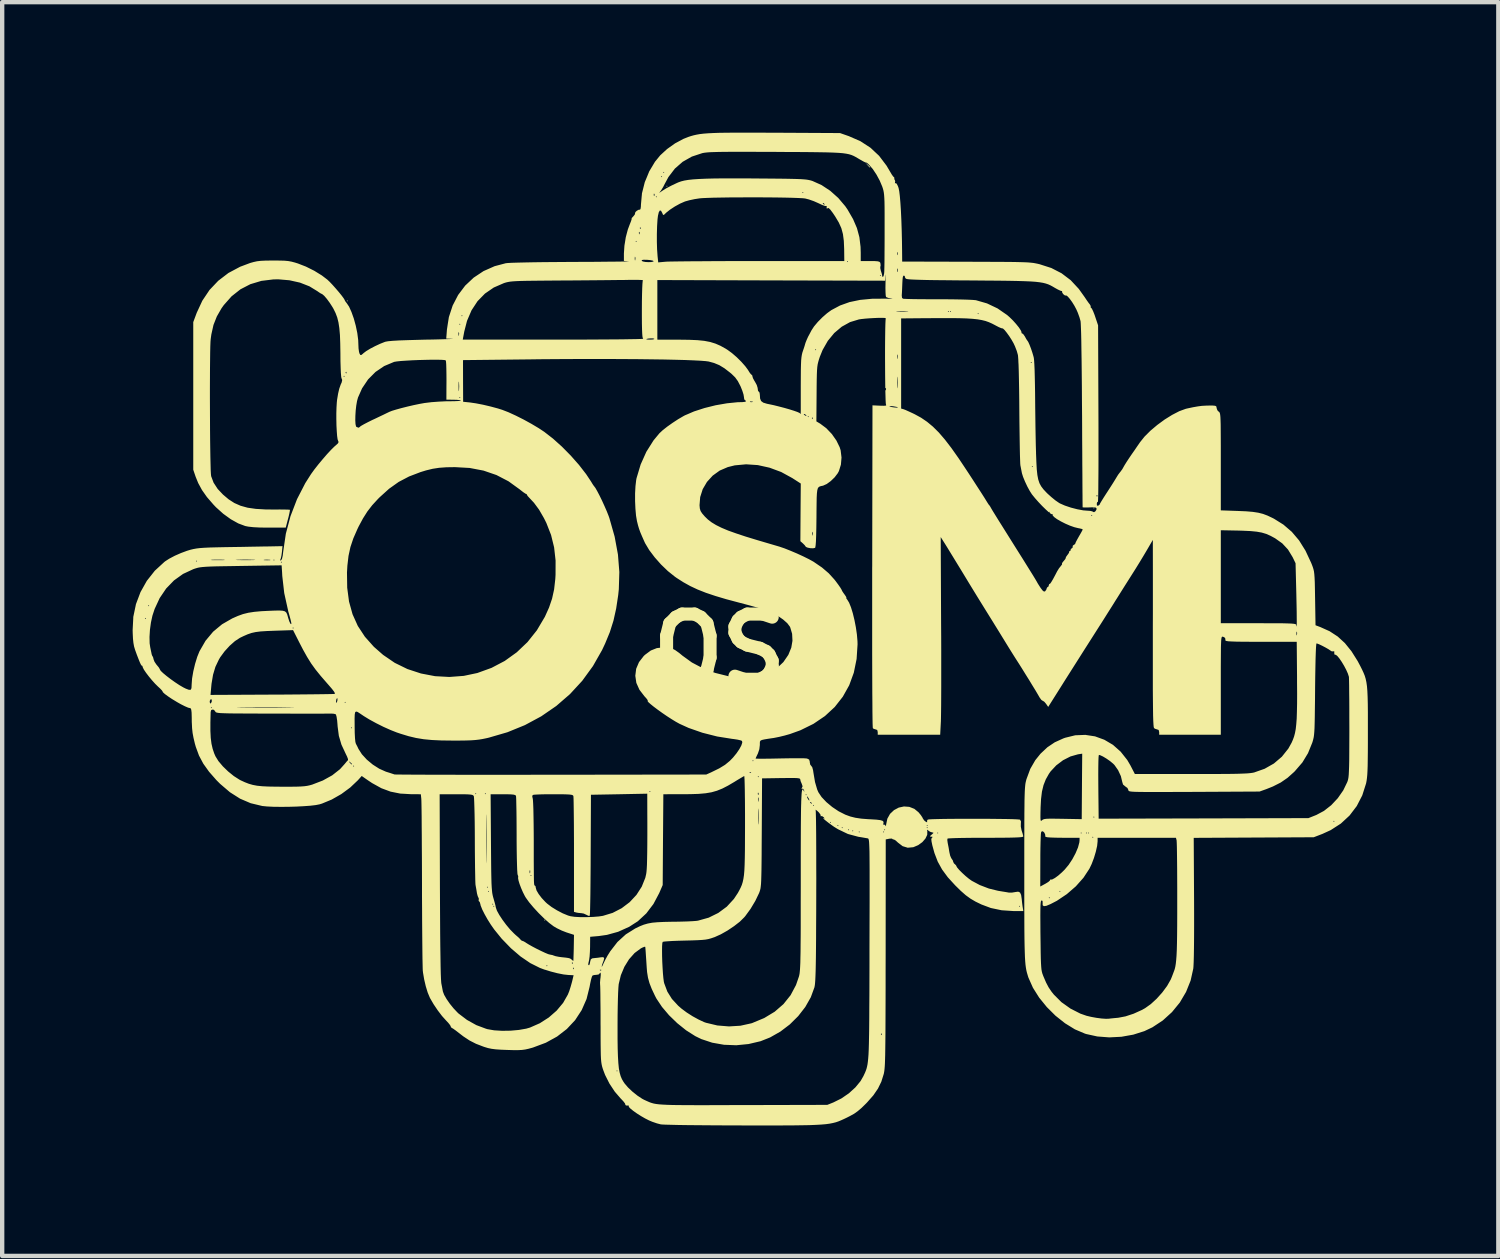
<source format=kicad_pcb>
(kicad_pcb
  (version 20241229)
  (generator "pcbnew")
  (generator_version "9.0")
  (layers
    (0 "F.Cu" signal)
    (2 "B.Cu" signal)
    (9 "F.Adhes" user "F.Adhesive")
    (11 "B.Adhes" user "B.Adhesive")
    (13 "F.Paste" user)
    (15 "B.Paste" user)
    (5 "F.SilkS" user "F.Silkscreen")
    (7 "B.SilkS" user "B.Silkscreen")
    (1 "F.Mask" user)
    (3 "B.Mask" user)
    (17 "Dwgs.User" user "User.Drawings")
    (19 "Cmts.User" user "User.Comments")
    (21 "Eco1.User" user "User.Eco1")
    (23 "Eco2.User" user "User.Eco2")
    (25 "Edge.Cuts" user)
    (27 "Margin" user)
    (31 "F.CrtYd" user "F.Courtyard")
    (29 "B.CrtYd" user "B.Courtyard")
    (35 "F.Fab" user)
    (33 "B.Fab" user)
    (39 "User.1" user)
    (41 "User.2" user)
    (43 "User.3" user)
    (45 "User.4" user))
  (footprint "OSM"
    (layer "F.Cu")
    (at 14.35 11.892)
    (property "Reference" "OSM" (at 0 0 0) (layer "F.SilkS") (effects (font (size 1.5 1.5) (thickness 0.3))))
    (attr board_only exclude_from_pos_files exclude_from_bom)
    (fp_poly (pts (xy -9.403 -8.023) (xy -9.415 -8.011) (xy -9.427 -8.023) (xy -9.415 -8.035)) (stroke (width 0) (type solid)) (fill yes) (layer "F.SilkS"))
    (fp_poly (pts (xy -4.86 6.216) (xy -4.872 6.228) (xy -4.885 6.216) (xy -4.872 6.203)) (stroke (width 0) (type solid)) (fill yes) (layer "F.SilkS"))
    (fp_poly (pts (xy -2.052 -10.661) (xy -2.064 -10.648) (xy -2.076 -10.661) (xy -2.064 -10.673)) (stroke (width 0) (type solid)) (fill yes) (layer "F.SilkS"))
    (fp_poly (pts (xy 7.767 -3.26) (xy 7.754 -3.248) (xy 7.742 -3.26) (xy 7.754 -3.273)) (stroke (width 0) (type solid)) (fill yes) (layer "F.SilkS"))
    (fp_poly (pts (xy 2.558 -11.151) (xy 2.604 -11.108) (xy 2.611 -11.089) (xy 2.605 -11.088) (xy 2.585 -11.105) (xy 2.55 -11.143) (xy 2.503 -11.198)) (stroke (width 0) (type solid)) (fill yes) (layer "F.SilkS"))
    (fp_poly (pts (xy 0.055 -11.891) (xy 0.381 -11.89) (xy 0.427 -11.89) (xy 1.917 -11.882) (xy 2.12 -11.811) (xy 2.384 -11.696) (xy 2.615 -11.546) (xy 2.815 -11.359) (xy 2.986 -11.133) (xy 3.067 -10.996) (xy 3.107 -10.928) (xy 3.14 -10.882) (xy 3.157 -10.868) (xy 3.167 -10.853) (xy 3.164 -10.846) (xy 3.167 -10.814) (xy 3.174 -10.808) (xy 3.186 -10.776) (xy 3.182 -10.754) (xy 3.179 -10.727) (xy 3.194 -10.731) (xy 3.218 -10.72) (xy 3.247 -10.664) (xy 3.263 -10.619) (xy 3.278 -10.547) (xy 3.292 -10.433) (xy 3.305 -10.28) (xy 3.317 -10.094) (xy 3.327 -9.881) (xy 3.335 -9.646) (xy 3.341 -9.394) (xy 3.344 -9.171) (xy 3.346 -8.927) (xy 4.817 -8.923) (xy 5.123 -8.922) (xy 5.384 -8.921) (xy 5.604 -8.92) (xy 5.788 -8.919) (xy 5.94 -8.917) (xy 6.064 -8.914) (xy 6.165 -8.911) (xy 6.246 -8.907) (xy 6.311 -8.901) (xy 6.366 -8.895) (xy 6.414 -8.886) (xy 6.459 -8.877) (xy 6.506 -8.866) (xy 6.509 -8.865) (xy 6.776 -8.779) (xy 7.011 -8.658) (xy 7.221 -8.499) (xy 7.407 -8.299) (xy 7.542 -8.11) (xy 7.592 -8.035) (xy 7.636 -7.973) (xy 7.661 -7.942) (xy 7.682 -7.904) (xy 7.68 -7.887) (xy 7.683 -7.866) (xy 7.691 -7.864) (xy 7.709 -7.843) (xy 7.737 -7.785) (xy 7.77 -7.702) (xy 7.783 -7.663) (xy 7.851 -7.461) (xy 7.859 -5.426) (xy 7.86 -5.116) (xy 7.86 -4.82) (xy 7.86 -4.543) (xy 7.86 -4.287) (xy 7.859 -4.057) (xy 7.857 -3.856) (xy 7.856 -3.687) (xy 7.854 -3.554) (xy 7.851 -3.461) (xy 7.848 -3.411) (xy 7.846 -3.403) (xy 7.829 -3.393) (xy 7.821 -3.357) (xy 7.825 -3.315) (xy 7.852 -3.313) (xy 7.852 -3.313) (xy 7.884 -3.335) (xy 7.889 -3.345) (xy 7.901 -3.372) (xy 7.936 -3.43) (xy 7.987 -3.512) (xy 8.05 -3.61) (xy 8.055 -3.617) (xy 8.124 -3.724) (xy 8.188 -3.824) (xy 8.239 -3.906) (xy 8.269 -3.956) (xy 8.312 -4.026) (xy 8.357 -4.085) (xy 8.362 -4.09) (xy 8.408 -4.153) (xy 8.435 -4.201) (xy 8.46 -4.245) (xy 8.506 -4.319) (xy 8.566 -4.41) (xy 8.621 -4.491) (xy 8.689 -4.588) (xy 8.748 -4.675) (xy 8.794 -4.741) (xy 8.815 -4.772) (xy 8.919 -4.902) (xy 9.054 -5.037) (xy 9.212 -5.17) (xy 9.381 -5.294) (xy 9.553 -5.401) (xy 9.717 -5.486) (xy 9.864 -5.54) (xy 9.896 -5.548) (xy 10.037 -5.578) (xy 10.146 -5.597) (xy 10.237 -5.609) (xy 10.325 -5.614) (xy 10.398 -5.616) (xy 10.489 -5.616) (xy 10.542 -5.611) (xy 10.567 -5.599) (xy 10.575 -5.576) (xy 10.575 -5.562) (xy 10.595 -5.506) (xy 10.624 -5.476) (xy 10.636 -5.468) (xy 10.645 -5.455) (xy 10.653 -5.434) (xy 10.659 -5.401) (xy 10.664 -5.35) (xy 10.667 -5.278) (xy 10.67 -5.18) (xy 10.671 -5.053) (xy 10.672 -4.891) (xy 10.673 -4.691) (xy 10.673 -4.449) (xy 10.673 -4.326) (xy 10.673 -3.206) (xy 11.07 -3.192) (xy 11.259 -3.184) (xy 11.41 -3.171) (xy 11.534 -3.152) (xy 11.642 -3.125) (xy 11.746 -3.086) (xy 11.856 -3.034) (xy 11.894 -3.015) (xy 12.113 -2.878) (xy 12.305 -2.713) (xy 12.473 -2.515) (xy 12.62 -2.279) (xy 12.75 -2.001) (xy 12.769 -1.954) (xy 12.788 -1.903) (xy 12.803 -1.855) (xy 12.815 -1.804) (xy 12.823 -1.741) (xy 12.829 -1.661) (xy 12.834 -1.555) (xy 12.837 -1.416) (xy 12.84 -1.238) (xy 12.841 -1.18) (xy 12.851 -0.564) (xy 12.965 -0.521) (xy 13.176 -0.426) (xy 13.361 -0.305) (xy 13.526 -0.154) (xy 13.677 0.033) (xy 13.82 0.26) (xy 13.882 0.377) (xy 13.922 0.457) (xy 13.955 0.528) (xy 13.983 0.597) (xy 14.004 0.667) (xy 14.021 0.746) (xy 14.034 0.837) (xy 14.043 0.947) (xy 14.049 1.08) (xy 14.053 1.242) (xy 14.055 1.438) (xy 14.055 1.674) (xy 14.055 1.881) (xy 14.055 2.138) (xy 14.054 2.352) (xy 14.052 2.528) (xy 14.05 2.67) (xy 14.046 2.784) (xy 14.041 2.875) (xy 14.034 2.948) (xy 14.026 3.008) (xy 14.016 3.061) (xy 14.013 3.075) (xy 13.926 3.348) (xy 13.799 3.594) (xy 13.634 3.811) (xy 13.434 3.996) (xy 13.2 4.147) (xy 13.01 4.234) (xy 12.81 4.311) (xy 11.43 4.318) (xy 10.05 4.325) (xy 10.058 5.734) (xy 10.059 6.06) (xy 10.059 6.356) (xy 10.058 6.619) (xy 10.056 6.846) (xy 10.053 7.035) (xy 10.049 7.182) (xy 10.044 7.286) (xy 10.04 7.332) (xy 9.979 7.606) (xy 9.874 7.868) (xy 9.73 8.112) (xy 9.55 8.332) (xy 9.339 8.524) (xy 9.101 8.681) (xy 8.916 8.769) (xy 8.661 8.85) (xy 8.387 8.899) (xy 8.107 8.913) (xy 7.833 8.892) (xy 7.579 8.836) (xy 7.547 8.826) (xy 7.317 8.728) (xy 7.09 8.588) (xy 6.872 8.415) (xy 6.672 8.216) (xy 6.496 7.999) (xy 6.353 7.772) (xy 6.25 7.541) (xy 6.242 7.517) (xy 6.227 7.467) (xy 6.213 7.419) (xy 6.201 7.368) (xy 6.191 7.31) (xy 6.182 7.243) (xy 6.175 7.163) (xy 6.169 7.066) (xy 6.165 6.949) (xy 6.161 6.809) (xy 6.158 6.642) (xy 6.156 6.444) (xy 6.155 6.213) (xy 6.155 6.114) (xy 6.523 6.114) (xy 6.524 6.278) (xy 6.525 6.485) (xy 6.526 6.564) (xy 6.529 6.783) (xy 6.531 6.959) (xy 6.534 7.099) (xy 6.538 7.207) (xy 6.543 7.289) (xy 6.549 7.353) (xy 6.558 7.402) (xy 6.569 7.444) (xy 6.584 7.484) (xy 6.594 7.51) (xy 6.655 7.652) (xy 6.714 7.764) (xy 6.781 7.863) (xy 6.834 7.929) (xy 7.008 8.103) (xy 7.216 8.251) (xy 7.444 8.367) (xy 7.584 8.416) (xy 7.689 8.441) (xy 7.809 8.463) (xy 7.929 8.479) (xy 8.032 8.486) (xy 8.096 8.484) (xy 8.145 8.478) (xy 8.225 8.47) (xy 8.313 8.462) (xy 8.481 8.43) (xy 8.667 8.369) (xy 8.855 8.284) (xy 8.931 8.242) (xy 9.063 8.148) (xy 9.198 8.024) (xy 9.327 7.88) (xy 9.438 7.73) (xy 9.521 7.584) (xy 9.547 7.522) (xy 9.574 7.451) (xy 9.596 7.392) (xy 9.598 7.388) (xy 9.614 7.341) (xy 9.627 7.286) (xy 9.638 7.219) (xy 9.647 7.135) (xy 9.655 7.031) (xy 9.661 6.903) (xy 9.665 6.746) (xy 9.668 6.557) (xy 9.67 6.331) (xy 9.671 6.064) (xy 9.671 5.753) (xy 9.671 5.738) (xy 9.671 5.488) (xy 9.67 5.253) (xy 9.669 5.035) (xy 9.667 4.84) (xy 9.665 4.674) (xy 9.663 4.54) (xy 9.66 4.443) (xy 9.657 4.388) (xy 9.656 4.378) (xy 9.641 4.323) (xy 8.741 4.323) (xy 7.84 4.323) (xy 7.84 4.404) (xy 7.829 4.51) (xy 7.799 4.643) (xy 7.756 4.787) (xy 7.703 4.927) (xy 7.651 5.035) (xy 7.515 5.242) (xy 7.339 5.44) (xy 7.132 5.619) (xy 6.904 5.772) (xy 6.759 5.847) (xy 6.664 5.887) (xy 6.604 5.896) (xy 6.576 5.874) (xy 6.576 5.822) (xy 6.574 5.775) (xy 6.552 5.764) (xy 6.543 5.77) (xy 6.535 5.79) (xy 6.53 5.83) (xy 6.526 5.895) (xy 6.524 5.987) (xy 6.523 6.114) (xy 6.155 6.114) (xy 6.154 5.944) (xy 6.154 5.703) (xy 6.716 5.703) (xy 6.729 5.715) (xy 6.741 5.703) (xy 6.729 5.691) (xy 6.716 5.703) (xy 6.154 5.703) (xy 6.154 5.634) (xy 6.154 5.556) (xy 6.961 5.556) (xy 6.973 5.568) (xy 6.985 5.556) (xy 6.973 5.544) (xy 6.961 5.556) (xy 6.154 5.556) (xy 6.154 5.444) (xy 6.521 5.444) (xy 6.641 5.379) (xy 6.705 5.34) (xy 6.742 5.307) (xy 6.748 5.291) (xy 6.75 5.28) (xy 6.762 5.286) (xy 6.797 5.281) (xy 6.858 5.248) (xy 6.935 5.192) (xy 7.018 5.119) (xy 7.08 5.058) (xy 7.173 4.947) (xy 7.259 4.817) (xy 7.333 4.679) (xy 7.389 4.546) (xy 7.42 4.43) (xy 7.425 4.38) (xy 7.425 4.323) (xy 7.034 4.323) (xy 6.88 4.321) (xy 6.76 4.317) (xy 6.684 4.311) (xy 7.718 4.311) (xy 7.73 4.323) (xy 7.742 4.311) (xy 7.73 4.298) (xy 7.718 4.311) (xy 6.684 4.311) (xy 6.679 4.31) (xy 6.642 4.301) (xy 6.639 4.298) (xy 6.634 4.252) (xy 6.633 4.244) (xy 6.618 4.213) (xy 7.449 4.213) (xy 7.461 4.225) (xy 7.473 4.213) (xy 7.571 4.213) (xy 7.583 4.225) (xy 7.596 4.213) (xy 7.62 4.213) (xy 7.632 4.225) (xy 7.644 4.213) (xy 7.632 4.201) (xy 7.62 4.213) (xy 7.596 4.213) (xy 7.583 4.201) (xy 7.571 4.213) (xy 7.473 4.213) (xy 7.461 4.201) (xy 7.449 4.213) (xy 6.618 4.213) (xy 6.614 4.204) (xy 6.594 4.184) (xy 6.561 4.17) (xy 6.541 4.196) (xy 6.536 4.231) (xy 6.532 4.308) (xy 6.528 4.419) (xy 6.525 4.558) (xy 6.523 4.716) (xy 6.523 4.841) (xy 6.521 5.444) (xy 6.154 5.444) (xy 6.154 5.281) (xy 6.154 5.146) (xy 6.154 4.787) (xy 6.154 4.473) (xy 6.155 4.201) (xy 6.155 3.967) (xy 6.155 3.944) (xy 13.262 3.944) (xy 13.274 3.957) (xy 13.286 3.944) (xy 13.274 3.932) (xy 13.262 3.944) (xy 6.155 3.944) (xy 6.156 3.848) (xy 6.525 3.848) (xy 6.527 3.904) (xy 6.533 3.93) (xy 6.544 3.934) (xy 6.559 3.922) (xy 6.561 3.92) (xy 6.581 3.905) (xy 6.611 3.894) (xy 6.658 3.887) (xy 6.729 3.884) (xy 6.832 3.884) (xy 6.974 3.886) (xy 7.039 3.887) (xy 7.475 3.895) (xy 7.475 3.847) (xy 7.742 3.847) (xy 7.754 3.859) (xy 7.767 3.847) (xy 7.754 3.834) (xy 7.742 3.847) (xy 7.475 3.847) (xy 7.48 3.142) (xy 7.482 2.862) (xy 7.855 2.862) (xy 7.856 3.07) (xy 7.858 3.323) (xy 7.861 3.585) (xy 7.864 3.884) (xy 10.276 3.878) (xy 12.688 3.871) (xy 12.871 3.798) (xy 13.045 3.705) (xy 13.212 3.574) (xy 13.363 3.413) (xy 13.489 3.232) (xy 13.581 3.042) (xy 13.592 3.011) (xy 13.601 2.977) (xy 13.609 2.932) (xy 13.615 2.871) (xy 13.619 2.79) (xy 13.623 2.683) (xy 13.626 2.547) (xy 13.627 2.378) (xy 13.628 2.17) (xy 13.629 1.92) (xy 13.629 1.787) (xy 13.628 1.556) (xy 13.628 1.34) (xy 13.627 1.143) (xy 13.625 0.97) (xy 13.624 0.826) (xy 13.622 0.717) (xy 13.62 0.647) (xy 13.619 0.623) (xy 13.596 0.55) (xy 13.557 0.462) (xy 13.508 0.369) (xy 13.454 0.279) (xy 13.4 0.2) (xy 13.352 0.142) (xy 13.316 0.114) (xy 13.301 0.115) (xy 13.288 0.11) (xy 13.281 0.074) (xy 13.284 0.041) (xy 13.272 0.032) (xy 13.261 0.037) (xy 13.224 0.036) (xy 13.193 0.017) (xy 13.149 -0.013) (xy 13.081 -0.052) (xy 13.005 -0.092) (xy 12.934 -0.126) (xy 12.884 -0.145) (xy 12.874 -0.147) (xy 12.868 -0.123) (xy 12.862 -0.052) (xy 12.857 0.061) (xy 12.852 0.215) (xy 12.848 0.407) (xy 12.844 0.635) (xy 12.841 0.894) (xy 12.841 0.91) (xy 12.839 1.165) (xy 12.836 1.377) (xy 12.834 1.55) (xy 12.831 1.689) (xy 12.828 1.799) (xy 12.823 1.886) (xy 12.817 1.954) (xy 12.81 2.008) (xy 12.8 2.053) (xy 12.789 2.095) (xy 12.776 2.137) (xy 12.678 2.378) (xy 12.549 2.591) (xy 12.379 2.788) (xy 12.359 2.809) (xy 12.207 2.945) (xy 12.05 3.053) (xy 11.872 3.143) (xy 11.723 3.203) (xy 11.564 3.26) (xy 10.056 3.268) (xy 9.748 3.269) (xy 9.484 3.27) (xy 9.263 3.271) (xy 9.079 3.271) (xy 8.93 3.27) (xy 8.812 3.269) (xy 8.721 3.267) (xy 8.654 3.264) (xy 8.607 3.26) (xy 8.576 3.254) (xy 8.559 3.248) (xy 8.551 3.24) (xy 8.548 3.231) (xy 8.548 3.226) (xy 8.526 3.178) (xy 8.481 3.146) (xy 8.425 3.099) (xy 8.407 3.04) (xy 8.375 2.906) (xy 8.311 2.768) (xy 8.227 2.649) (xy 8.196 2.618) (xy 8.125 2.559) (xy 8.043 2.502) (xy 7.963 2.454) (xy 7.898 2.424) (xy 7.871 2.418) (xy 7.865 2.434) (xy 7.861 2.485) (xy 7.858 2.571) (xy 7.856 2.696) (xy 7.855 2.862) (xy 7.482 2.862) (xy 7.486 2.389) (xy 7.388 2.404) (xy 7.216 2.453) (xy 7.045 2.54) (xy 6.889 2.658) (xy 6.759 2.797) (xy 6.72 2.853) (xy 6.648 2.981) (xy 6.596 3.113) (xy 6.56 3.261) (xy 6.539 3.435) (xy 6.529 3.623) (xy 6.526 3.757) (xy 6.525 3.848) (xy 6.156 3.848) (xy 6.156 3.769) (xy 6.158 3.603) (xy 6.159 3.465) (xy 6.162 3.353) (xy 6.165 3.262) (xy 6.169 3.189) (xy 6.174 3.131) (xy 6.179 3.085) (xy 6.186 3.047) (xy 6.194 3.014) (xy 6.202 2.982) (xy 6.206 2.97) (xy 6.292 2.738) (xy 6.407 2.539) (xy 6.527 2.39) (xy 6.686 2.241) (xy 6.854 2.128) (xy 7.05 2.039) (xy 7.094 2.023) (xy 7.326 1.966) (xy 7.557 1.957) (xy 7.781 1.991) (xy 7.995 2.069) (xy 8.193 2.186) (xy 8.37 2.343) (xy 8.522 2.535) (xy 8.594 2.658) (xy 8.697 2.857) (xy 9.997 2.857) (xy 10.293 2.857) (xy 10.544 2.857) (xy 10.755 2.855) (xy 10.928 2.854) (xy 11.07 2.851) (xy 11.183 2.847) (xy 11.273 2.843) (xy 11.342 2.837) (xy 11.395 2.83) (xy 11.437 2.822) (xy 11.443 2.82) (xy 11.681 2.736) (xy 11.894 2.615) (xy 12.077 2.459) (xy 12.226 2.272) (xy 12.301 2.137) (xy 12.332 2.066) (xy 12.358 1.994) (xy 12.379 1.914) (xy 12.396 1.823) (xy 12.408 1.714) (xy 12.418 1.584) (xy 12.423 1.427) (xy 12.427 1.238) (xy 12.428 1.012) (xy 12.426 0.745) (xy 12.426 0.623) (xy 12.419 -0.183) (xy 11.601 -0.183) (xy 11.369 -0.184) (xy 11.182 -0.185) (xy 11.036 -0.187) (xy 10.927 -0.191) (xy 10.851 -0.195) (xy 10.804 -0.202) (xy 10.782 -0.209) (xy 10.78 -0.214) (xy 10.775 -0.259) (xy 10.774 -0.266) (xy 10.751 -0.289) (xy 10.722 -0.3) (xy 10.71 -0.302) (xy 10.701 -0.299) (xy 10.693 -0.287) (xy 10.687 -0.261) (xy 10.682 -0.218) (xy 10.679 -0.153) (xy 10.676 -0.063) (xy 10.675 0.058) (xy 10.674 0.211) (xy 10.673 0.403) (xy 10.673 0.637) (xy 10.673 0.82) (xy 10.673 1.954) (xy 9.965 1.954) (xy 9.256 1.954) (xy 9.256 1.893) (xy 9.244 1.844) (xy 9.21 1.832) (xy 9.157 1.815) (xy 9.137 1.798) (xy 9.13 1.775) (xy 9.125 1.722) (xy 9.12 1.637) (xy 9.116 1.516) (xy 9.114 1.359) (xy 9.112 1.162) (xy 9.11 0.922) (xy 9.11 0.639) (xy 9.11 0.339) (xy 9.11 0.051) (xy 9.11 -0.245) (xy 9.11 -0.379) (xy 12.412 -0.379) (xy 12.414 -0.337) (xy 12.422 -0.333) (xy 12.423 -0.335) (xy 12.428 -0.384) (xy 12.424 -0.409) (xy 12.416 -0.419) (xy 12.412 -0.386) (xy 12.412 -0.379) (xy 9.11 -0.379) (xy 9.11 -0.54) (xy 9.111 -0.829) (xy 9.111 -1.102) (xy 9.111 -1.352) (xy 9.111 -1.571) (xy 9.111 -1.68) (xy 10.673 -1.68) (xy 10.673 -0.611) (xy 11.54 -0.611) (xy 11.769 -0.61) (xy 11.955 -0.61) (xy 12.101 -0.609) (xy 12.211 -0.606) (xy 12.292 -0.603) (xy 12.347 -0.598) (xy 12.382 -0.592) (xy 12.4 -0.584) (xy 12.406 -0.574) (xy 12.407 -0.57) (xy 12.412 -0.54) (xy 12.417 -0.539) (xy 12.419 -0.565) (xy 12.42 -0.634) (xy 12.419 -0.739) (xy 12.418 -0.875) (xy 12.415 -1.035) (xy 12.411 -1.214) (xy 12.41 -1.27) (xy 12.392 -1.99) (xy 12.325 -2.129) (xy 12.218 -2.305) (xy 12.086 -2.447) (xy 11.923 -2.563) (xy 11.818 -2.62) (xy 11.719 -2.664) (xy 11.615 -2.695) (xy 11.498 -2.716) (xy 11.355 -2.73) (xy 11.179 -2.738) (xy 11.082 -2.741) (xy 10.673 -2.749) (xy 10.673 -1.68) (xy 9.111 -1.68) (xy 9.111 -1.752) (xy 9.111 -1.807) (xy 9.11 -2.527) (xy 8.968 -2.283) (xy 8.896 -2.162) (xy 8.809 -2.018) (xy 8.719 -1.872) (xy 8.647 -1.758) (xy 8.566 -1.63) (xy 8.469 -1.477) (xy 8.369 -1.318) (xy 8.277 -1.171) (xy 8.262 -1.148) (xy 8.173 -1.005) (xy 8.074 -0.849) (xy 7.978 -0.696) (xy 7.894 -0.564) (xy 7.881 -0.544) (xy 7.715 -0.283) (xy 7.527 0.012) (xy 7.323 0.334) (xy 7.106 0.676) (xy 6.984 0.87) (xy 6.704 1.314) (xy 6.655 1.243) (xy 6.615 1.196) (xy 6.58 1.173) (xy 6.576 1.173) (xy 6.547 1.153) (xy 6.51 1.103) (xy 6.497 1.081) (xy 6.464 1.024) (xy 6.411 0.934) (xy 6.342 0.822) (xy 6.265 0.695) (xy 6.183 0.564) (xy 6.104 0.436) (xy 6.032 0.322) (xy 5.982 0.244) (xy 5.934 0.169) (xy 5.87 0.067) (xy 5.797 -0.05) (xy 5.73 -0.159) (xy 5.652 -0.286) (xy 5.568 -0.423) (xy 5.488 -0.552) (xy 5.437 -0.635) (xy 5.253 -0.931) (xy 5.076 -1.217) (xy 4.896 -1.511) (xy 4.703 -1.829) (xy 4.694 -1.844) (xy 4.605 -1.989) (xy 4.519 -2.13) (xy 4.441 -2.257) (xy 4.377 -2.362) (xy 4.331 -2.436) (xy 4.322 -2.45) (xy 4.232 -2.592) (xy 4.241 -0.606) (xy 4.243 -0.291) (xy 4.244 0.016) (xy 4.244 0.31) (xy 4.244 0.587) (xy 4.244 0.843) (xy 4.243 1.074) (xy 4.242 1.274) (xy 4.24 1.44) (xy 4.238 1.567) (xy 4.236 1.65) (xy 4.235 1.667) (xy 4.22 1.954) (xy 3.502 1.954) (xy 2.784 1.954) (xy 2.784 1.893) (xy 2.772 1.844) (xy 2.738 1.832) (xy 2.689 1.817) (xy 2.671 1.801) (xy 2.669 1.774) (xy 2.666 1.7) (xy 2.664 1.582) (xy 2.662 1.423) (xy 2.661 1.225) (xy 2.659 0.991) (xy 2.658 0.723) (xy 2.657 0.424) (xy 2.656 0.096) (xy 2.656 -0.258) (xy 2.656 -0.636) (xy 2.656 -1.035) (xy 2.656 -1.453) (xy 2.656 -1.887) (xy 2.657 -1.925) (xy 2.663 -5.601) (xy 3.051 -5.601) (xy 3.065 -5.594) (xy 3.107 -5.581) (xy 3.162 -5.573) (xy 3.213 -5.569) (xy 3.245 -5.571) (xy 3.246 -5.577) (xy 3.218 -5.585) (xy 3.158 -5.596) (xy 3.126 -5.601) (xy 3.065 -5.606) (xy 3.051 -5.601) (xy 2.663 -5.601) (xy 2.663 -5.621) (xy 2.832 -5.613) (xy 2.92 -5.611) (xy 2.967 -5.614) (xy 2.98 -5.625) (xy 2.974 -5.636) (xy 2.969 -5.666) (xy 2.965 -5.737) (xy 2.962 -5.845) (xy 2.958 -5.983) (xy 2.958 -5.989) (xy 2.962 -5.966) (xy 2.97 -5.966) (xy 2.976 -5.999) (xy 2.972 -6.013) (xy 2.961 -6.022) (xy 2.958 -6.004) (xy 2.956 -6.142) (xy 3.233 -6.142) (xy 3.233 -6.061) (xy 3.236 -6.017) (xy 3.239 -6.015) (xy 3.242 -6.039) (xy 3.246 -6.137) (xy 3.243 -6.236) (xy 3.242 -6.259) (xy 3.238 -6.282) (xy 3.235 -6.261) (xy 3.233 -6.201) (xy 3.233 -6.142) (xy 2.956 -6.142) (xy 2.956 -6.144) (xy 2.954 -6.321) (xy 2.953 -6.509) (xy 2.952 -6.701) (xy 2.952 -6.741) (xy 3.23 -6.741) (xy 3.232 -6.696) (xy 3.238 -6.691) (xy 3.241 -6.698) (xy 3.244 -6.76) (xy 3.241 -6.784) (xy 3.234 -6.791) (xy 3.23 -6.757) (xy 3.23 -6.741) (xy 2.952 -6.741) (xy 2.952 -6.891) (xy 2.953 -7.072) (xy 2.955 -7.237) (xy 2.957 -7.381) (xy 2.96 -7.497) (xy 2.964 -7.579) (xy 2.968 -7.62) (xy 2.968 -7.62) (xy 3.322 -7.62) (xy 3.322 -6.584) (xy 3.322 -5.547) (xy 3.376 -5.532) (xy 3.423 -5.514) (xy 3.499 -5.48) (xy 3.592 -5.437) (xy 3.633 -5.417) (xy 3.78 -5.337) (xy 3.918 -5.243) (xy 4.053 -5.131) (xy 4.189 -4.996) (xy 4.329 -4.833) (xy 4.478 -4.639) (xy 4.641 -4.408) (xy 4.758 -4.233) (xy 4.868 -4.067) (xy 4.975 -3.903) (xy 5.075 -3.748) (xy 5.165 -3.609) (xy 5.239 -3.493) (xy 5.292 -3.407) (xy 5.312 -3.375) (xy 5.339 -3.334) (xy 5.351 -3.322) (xy 5.373 -3.289) (xy 5.376 -3.283) (xy 5.391 -3.256) (xy 5.428 -3.193) (xy 5.485 -3.101) (xy 5.556 -2.986) (xy 5.639 -2.854) (xy 5.703 -2.752) (xy 5.862 -2.498) (xy 5.997 -2.283) (xy 6.11 -2.104) (xy 6.202 -1.956) (xy 6.276 -1.837) (xy 6.334 -1.744) (xy 6.377 -1.674) (xy 6.408 -1.623) (xy 6.428 -1.589) (xy 6.44 -1.569) (xy 6.443 -1.563) (xy 6.466 -1.522) (xy 6.506 -1.459) (xy 6.53 -1.422) (xy 6.576 -1.362) (xy 6.608 -1.338) (xy 6.634 -1.346) (xy 6.634 -1.346) (xy 6.663 -1.388) (xy 6.667 -1.407) (xy 6.682 -1.438) (xy 6.692 -1.441) (xy 6.714 -1.461) (xy 6.716 -1.478) (xy 6.727 -1.51) (xy 6.736 -1.514) (xy 6.752 -1.524) (xy 6.776 -1.559) (xy 6.814 -1.623) (xy 6.867 -1.722) (xy 6.909 -1.803) (xy 6.952 -1.873) (xy 6.992 -1.923) (xy 7.021 -1.961) (xy 7.023 -1.978) (xy 7.022 -1.978) (xy 7.022 -1.993) (xy 7.051 -2.031) (xy 7.06 -2.041) (xy 7.096 -2.085) (xy 7.108 -2.111) (xy 7.107 -2.113) (xy 7.113 -2.134) (xy 7.143 -2.176) (xy 7.148 -2.182) (xy 7.18 -2.227) (xy 7.188 -2.256) (xy 7.187 -2.257) (xy 7.191 -2.27) (xy 7.202 -2.271) (xy 7.221 -2.284) (xy 7.219 -2.293) (xy 7.225 -2.319) (xy 7.243 -2.33) (xy 7.268 -2.354) (xy 7.266 -2.369) (xy 7.271 -2.397) (xy 7.289 -2.408) (xy 7.322 -2.432) (xy 7.327 -2.444) (xy 7.338 -2.474) (xy 7.369 -2.533) (xy 7.411 -2.608) (xy 7.412 -2.61) (xy 7.455 -2.684) (xy 7.486 -2.741) (xy 7.498 -2.768) (xy 7.498 -2.768) (xy 7.476 -2.779) (xy 7.422 -2.792) (xy 7.394 -2.797) (xy 7.305 -2.819) (xy 7.203 -2.855) (xy 7.097 -2.901) (xy 6.996 -2.952) (xy 6.908 -3.003) (xy 6.842 -3.051) (xy 6.807 -3.089) (xy 6.807 -3.09) (xy 7.693 -3.09) (xy 7.705 -3.077) (xy 7.718 -3.09) (xy 7.705 -3.102) (xy 7.693 -3.09) (xy 6.807 -3.09) (xy 6.806 -3.109) (xy 6.806 -3.122) (xy 6.792 -3.116) (xy 6.766 -3.126) (xy 6.731 -3.153) (xy 6.741 -3.163) (xy 6.729 -3.175) (xy 6.717 -3.163) (xy 6.714 -3.166) (xy 6.645 -3.229) (xy 6.565 -3.307) (xy 6.482 -3.395) (xy 6.402 -3.485) (xy 6.333 -3.57) (xy 6.329 -3.575) (xy 6.279 -3.653) (xy 6.223 -3.756) (xy 6.17 -3.869) (xy 6.126 -3.976) (xy 6.099 -4.062) (xy 6.096 -4.079) (xy 6.08 -4.162) (xy 6.07 -4.213) (xy 6.326 -4.213) (xy 6.338 -4.201) (xy 6.35 -4.213) (xy 6.338 -4.225) (xy 6.326 -4.213) (xy 6.07 -4.213) (xy 6.065 -4.237) (xy 6.061 -4.276) (xy 6.058 -4.359) (xy 6.054 -4.48) (xy 6.051 -4.634) (xy 6.048 -4.817) (xy 6.045 -5.023) (xy 6.042 -5.247) (xy 6.04 -5.483) (xy 6.038 -5.747) (xy 6.035 -5.991) (xy 6.031 -6.211) (xy 6.027 -6.401) (xy 6.022 -6.559) (xy 6.019 -6.606) (xy 6.301 -6.606) (xy 6.313 -6.594) (xy 6.326 -6.606) (xy 6.313 -6.619) (xy 6.301 -6.606) (xy 6.019 -6.606) (xy 6.016 -6.679) (xy 6.01 -6.757) (xy 6.007 -6.78) (xy 5.981 -6.872) (xy 5.94 -6.978) (xy 5.907 -7.049) (xy 5.86 -7.131) (xy 5.806 -7.215) (xy 5.75 -7.292) (xy 5.701 -7.353) (xy 5.664 -7.387) (xy 5.649 -7.391) (xy 5.623 -7.396) (xy 5.567 -7.42) (xy 5.492 -7.459) (xy 5.487 -7.462) (xy 5.412 -7.501) (xy 5.338 -7.534) (xy 5.262 -7.561) (xy 5.176 -7.582) (xy 5.078 -7.599) (xy 4.961 -7.611) (xy 4.82 -7.62) (xy 4.652 -7.625) (xy 4.45 -7.627) (xy 4.21 -7.627) (xy 3.927 -7.625) (xy 3.877 -7.625) (xy 3.322 -7.62) (xy 2.968 -7.62) (xy 2.969 -7.623) (xy 2.952 -7.63) (xy 2.897 -7.633) (xy 2.814 -7.633) (xy 2.713 -7.629) (xy 2.604 -7.623) (xy 2.498 -7.615) (xy 2.405 -7.605) (xy 2.352 -7.597) (xy 2.147 -7.535) (xy 1.956 -7.429) (xy 1.784 -7.284) (xy 1.636 -7.104) (xy 1.516 -6.894) (xy 1.453 -6.739) (xy 1.432 -6.676) (xy 1.416 -6.62) (xy 1.403 -6.566) (xy 1.394 -6.505) (xy 1.388 -6.43) (xy 1.384 -6.334) (xy 1.381 -6.209) (xy 1.379 -6.048) (xy 1.378 -5.893) (xy 1.373 -5.252) (xy 1.462 -5.199) (xy 1.601 -5.095) (xy 1.728 -4.962) (xy 1.834 -4.811) (xy 1.909 -4.657) (xy 1.931 -4.587) (xy 1.951 -4.421) (xy 1.937 -4.257) (xy 1.891 -4.109) (xy 1.864 -4.059) (xy 1.793 -3.966) (xy 1.704 -3.88) (xy 1.611 -3.812) (xy 1.527 -3.774) (xy 1.518 -3.772) (xy 1.478 -3.764) (xy 1.447 -3.754) (xy 1.423 -3.738) (xy 1.405 -3.71) (xy 1.393 -3.663) (xy 1.385 -3.594) (xy 1.38 -3.497) (xy 1.378 -3.365) (xy 1.376 -3.194) (xy 1.375 -3.04) (xy 1.372 -2.812) (xy 1.368 -2.631) (xy 1.363 -2.495) (xy 1.356 -2.404) (xy 1.348 -2.354) (xy 1.343 -2.344) (xy 1.299 -2.334) (xy 1.236 -2.336) (xy 1.174 -2.348) (xy 1.133 -2.365) (xy 1.127 -2.373) (xy 1.103 -2.406) (xy 1.061 -2.448) (xy 1.005 -2.497) (xy 1.006 -2.674) (xy 1.275 -2.674) (xy 1.277 -2.633) (xy 1.285 -2.629) (xy 1.286 -2.631) (xy 1.291 -2.68) (xy 1.287 -2.704) (xy 1.279 -2.714) (xy 1.275 -2.682) (xy 1.275 -2.674) (xy 1.006 -2.674) (xy 1.009 -3.16) (xy 1.014 -3.823) (xy 0.818 -3.949) (xy 0.564 -4.088) (xy 0.297 -4.187) (xy 0.026 -4.247) (xy -0.243 -4.265) (xy -0.503 -4.241) (xy -0.664 -4.201) (xy -0.85 -4.121) (xy -1.011 -4.005) (xy -1.143 -3.86) (xy -1.241 -3.693) (xy -1.299 -3.511) (xy -1.314 -3.323) (xy -1.307 -3.248) (xy -1.29 -3.192) (xy -1.255 -3.137) (xy -1.193 -3.065) (xy -1.192 -3.064) (xy -1.121 -2.995) (xy -1.036 -2.93) (xy -0.934 -2.868) (xy -0.809 -2.806) (xy -0.657 -2.742) (xy -0.472 -2.676) (xy -0.252 -2.603) (xy 0.01 -2.523) (xy 0.122 -2.49) (xy 0.247 -2.453) (xy 0.373 -2.416) (xy 0.482 -2.384) (xy 0.529 -2.37) (xy 0.64 -2.332) (xy 0.776 -2.278) (xy 0.925 -2.215) (xy 1.071 -2.148) (xy 1.202 -2.083) (xy 1.302 -2.028) (xy 1.313 -2.021) (xy 1.503 -1.891) (xy 1.657 -1.759) (xy 1.788 -1.615) (xy 1.82 -1.574) (xy 1.879 -1.494) (xy 1.925 -1.428) (xy 1.95 -1.386) (xy 1.954 -1.378) (xy 1.967 -1.349) (xy 2.001 -1.298) (xy 2.016 -1.278) (xy 2.05 -1.229) (xy 2.064 -1.2) (xy 2.061 -1.197) (xy 2.061 -1.182) (xy 2.082 -1.154) (xy 2.125 -1.084) (xy 2.169 -0.976) (xy 2.211 -0.839) (xy 2.249 -0.682) (xy 2.281 -0.517) (xy 2.305 -0.352) (xy 2.318 -0.198) (xy 2.32 -0.126) (xy 2.298 0.212) (xy 2.234 0.526) (xy 2.128 0.816) (xy 1.981 1.079) (xy 1.795 1.316) (xy 1.57 1.524) (xy 1.306 1.703) (xy 1.006 1.851) (xy 0.764 1.938) (xy 0.644 1.972) (xy 0.517 2.003) (xy 0.407 2.025) (xy 0.397 2.027) (xy 0.267 2.046) (xy 0.177 2.061) (xy 0.12 2.074) (xy 0.088 2.09) (xy 0.075 2.113) (xy 0.073 2.145) (xy 0.073 2.188) (xy 0.061 2.287) (xy 0.029 2.383) (xy 0.024 2.393) (xy -0.005 2.454) (xy -0.023 2.494) (xy -0.024 2.501) (xy -0.001 2.504) (xy 0.064 2.505) (xy 0.165 2.505) (xy 0.293 2.504) (xy 0.444 2.501) (xy 0.536 2.499) (xy 0.7 2.496) (xy 0.85 2.494) (xy 0.98 2.494) (xy 1.08 2.495) (xy 1.143 2.499) (xy 1.158 2.501) (xy 1.206 2.524) (xy 1.221 2.573) (xy 1.221 2.587) (xy 1.232 2.642) (xy 1.255 2.67) (xy 1.278 2.701) (xy 1.297 2.771) (xy 1.305 2.825) (xy 1.342 3.043) (xy 1.392 3.214) (xy 1.419 3.276) (xy 1.493 3.387) (xy 1.603 3.503) (xy 1.737 3.615) (xy 1.885 3.714) (xy 2.035 3.79) (xy 2.039 3.792) (xy 2.154 3.834) (xy 2.271 3.863) (xy 2.404 3.883) (xy 2.569 3.896) (xy 2.621 3.898) (xy 2.753 3.906) (xy 2.842 3.917) (xy 2.895 3.933) (xy 2.918 3.958) (xy 2.915 3.991) (xy 2.912 4.001) (xy 2.911 4.025) (xy 2.925 4.021) (xy 2.952 4.026) (xy 2.963 4.048) (xy 2.971 4.059) (xy 2.974 4.042) (xy 3.908 4.042) (xy 3.92 4.054) (xy 3.932 4.042) (xy 3.92 4.03) (xy 3.908 4.042) (xy 2.974 4.042) (xy 2.977 4.026) (xy 2.977 4.018) (xy 3.005 3.884) (xy 3.067 3.773) (xy 3.158 3.687) (xy 3.267 3.629) (xy 3.387 3.603) (xy 3.51 3.612) (xy 3.626 3.658) (xy 3.721 3.736) (xy 3.773 3.799) (xy 3.81 3.854) (xy 3.819 3.875) (xy 3.851 3.923) (xy 3.886 3.952) (xy 3.92 3.969) (xy 3.919 3.956) (xy 3.921 3.92) (xy 3.935 3.905) (xy 3.967 3.9) (xy 4.041 3.896) (xy 4.151 3.893) (xy 4.292 3.89) (xy 4.456 3.888) (xy 4.638 3.887) (xy 4.832 3.886) (xy 5.031 3.886) (xy 5.228 3.886) (xy 5.418 3.888) (xy 5.595 3.89) (xy 5.752 3.892) (xy 5.882 3.895) (xy 5.981 3.899) (xy 6.041 3.904) (xy 6.056 3.907) (xy 6.078 3.948) (xy 6.075 3.997) (xy 6.074 4.065) (xy 6.09 4.147) (xy 6.095 4.164) (xy 6.117 4.232) (xy 6.129 4.283) (xy 6.13 4.292) (xy 6.12 4.301) (xy 6.087 4.308) (xy 6.027 4.313) (xy 5.937 4.317) (xy 5.813 4.32) (xy 5.65 4.322) (xy 5.445 4.323) (xy 5.265 4.323) (xy 5.064 4.323) (xy 4.879 4.325) (xy 4.715 4.327) (xy 4.579 4.33) (xy 4.475 4.334) (xy 4.409 4.338) (xy 4.387 4.343) (xy 4.384 4.377) (xy 4.392 4.438) (xy 4.396 4.459) (xy 4.414 4.549) (xy 4.43 4.646) (xy 4.433 4.662) (xy 4.45 4.736) (xy 4.475 4.793) (xy 4.483 4.804) (xy 4.513 4.849) (xy 4.518 4.873) (xy 4.537 4.913) (xy 4.553 4.926) (xy 4.585 4.957) (xy 4.59 4.97) (xy 4.609 5.005) (xy 4.657 5.062) (xy 4.725 5.13) (xy 4.802 5.201) (xy 4.881 5.266) (xy 4.946 5.312) (xy 5.13 5.41) (xy 5.339 5.49) (xy 5.55 5.542) (xy 5.556 5.543) (xy 5.653 5.559) (xy 5.74 5.573) (xy 5.796 5.583) (xy 5.869 5.584) (xy 5.948 5.571) (xy 6.013 5.562) (xy 6.056 5.582) (xy 6.081 5.638) (xy 6.095 5.732) (xy 6.104 5.822) (xy 6.115 5.906) (xy 6.119 5.929) (xy 6.132 6.008) (xy 5.905 6.008) (xy 5.633 5.99) (xy 5.385 5.938) (xy 5.278 5.898) (xy 6.032 5.898) (xy 6.045 5.91) (xy 6.057 5.898) (xy 6.045 5.886) (xy 6.032 5.898) (xy 5.278 5.898) (xy 5.169 5.857) (xy 5.033 5.791) (xy 4.917 5.723) (xy 4.808 5.644) (xy 4.694 5.544) (xy 4.564 5.416) (xy 4.395 5.231) (xy 4.264 5.053) (xy 4.164 4.872) (xy 4.088 4.674) (xy 4.039 4.496) (xy 4.021 4.408) (xy 4.016 4.356) (xy 4.025 4.328) (xy 4.035 4.319) (xy 4.048 4.303) (xy 4.018 4.298) (xy 3.987 4.295) (xy 3.991 4.28) (xy 4.026 4.249) (xy 4.062 4.216) (xy 4.062 4.213) (xy 4.152 4.213) (xy 4.164 4.225) (xy 4.176 4.213) (xy 4.164 4.201) (xy 4.152 4.213) (xy 4.062 4.213) (xy 4.061 4.203) (xy 4.041 4.201) (xy 3.988 4.185) (xy 3.954 4.162) (xy 3.923 4.137) (xy 3.919 4.15) (xy 3.924 4.174) (xy 3.922 4.255) (xy 3.881 4.341) (xy 3.81 4.423) (xy 3.715 4.492) (xy 3.607 4.538) (xy 3.601 4.54) (xy 3.474 4.552) (xy 3.356 4.516) (xy 3.249 4.434) (xy 3.198 4.387) (xy 3.158 4.363) (xy 3.147 4.362) (xy 3.127 4.358) (xy 3.126 4.352) (xy 3.105 4.341) (xy 3.054 4.344) (xy 3.047 4.345) (xy 2.968 4.361) (xy 2.966 6.974) (xy 2.965 7.391) (xy 2.965 7.763) (xy 2.964 8.092) (xy 2.963 8.38) (xy 2.962 8.631) (xy 2.961 8.847) (xy 2.959 9.033) (xy 2.957 9.189) (xy 2.955 9.319) (xy 2.952 9.427) (xy 2.949 9.515) (xy 2.945 9.585) (xy 2.94 9.641) (xy 2.935 9.686) (xy 2.929 9.722) (xy 2.923 9.752) (xy 2.922 9.755) (xy 2.867 9.931) (xy 2.789 10.091) (xy 2.682 10.247) (xy 2.539 10.409) (xy 2.515 10.434) (xy 2.412 10.535) (xy 2.325 10.609) (xy 2.241 10.669) (xy 2.143 10.723) (xy 2.072 10.759) (xy 2.005 10.791) (xy 1.943 10.819) (xy 1.883 10.844) (xy 1.821 10.865) (xy 1.754 10.882) (xy 1.678 10.897) (xy 1.589 10.909) (xy 1.483 10.918) (xy 1.358 10.925) (xy 1.209 10.931) (xy 1.032 10.934) (xy 0.824 10.937) (xy 0.581 10.938) (xy 0.299 10.938) (xy -0.024 10.938) (xy -0.318 10.938) (xy -0.614 10.937) (xy -0.898 10.936) (xy -1.165 10.934) (xy -1.411 10.932) (xy -1.631 10.93) (xy -1.822 10.927) (xy -1.979 10.923) (xy -2.099 10.92) (xy -2.178 10.916) (xy -2.207 10.913) (xy -2.295 10.89) (xy -2.4 10.854) (xy -2.476 10.822) (xy -2.565 10.777) (xy -2.662 10.721) (xy -2.756 10.661) (xy -2.839 10.602) (xy -2.902 10.551) (xy -2.938 10.514) (xy -2.941 10.499) (xy -2.941 10.48) (xy -2.947 10.48) (xy -2.996 10.481) (xy -3.021 10.467) (xy -3.019 10.457) (xy -3.029 10.431) (xy -3.066 10.383) (xy -3.124 10.321) (xy -3.129 10.317) (xy -3.263 10.161) (xy -3.386 9.975) (xy -3.486 9.776) (xy -3.521 9.684) (xy -3.224 9.684) (xy -3.212 9.696) (xy -3.199 9.684) (xy -3.212 9.672) (xy -3.224 9.684) (xy -3.521 9.684) (xy -3.526 9.671) (xy -3.543 9.621) (xy -3.556 9.576) (xy -3.566 9.529) (xy -3.574 9.475) (xy -3.58 9.408) (xy -3.584 9.321) (xy -3.586 9.211) (xy -3.588 9.07) (xy -3.589 8.893) (xy -3.589 8.69) (xy -3.199 8.69) (xy -3.199 8.953) (xy -3.196 9.173) (xy -3.19 9.355) (xy -3.181 9.504) (xy -3.169 9.625) (xy -3.151 9.723) (xy -3.128 9.804) (xy -3.099 9.873) (xy -3.063 9.935) (xy -3.037 9.973) (xy -2.958 10.065) (xy -2.854 10.163) (xy -2.74 10.254) (xy -2.632 10.325) (xy -2.589 10.348) (xy -2.539 10.371) (xy -2.496 10.39) (xy -2.454 10.408) (xy -2.412 10.422) (xy -2.365 10.435) (xy -2.309 10.445) (xy -2.242 10.453) (xy -2.159 10.459) (xy -2.057 10.464) (xy -1.934 10.468) (xy -1.784 10.47) (xy -1.605 10.471) (xy -1.394 10.472) (xy -1.146 10.472) (xy -0.858 10.471) (xy -0.527 10.47) (xy -0.318 10.47) (xy 1.624 10.465) (xy 1.764 10.409) (xy 1.947 10.318) (xy 2.119 10.2) (xy 2.269 10.064) (xy 2.389 9.918) (xy 2.454 9.805) (xy 2.475 9.76) (xy 2.494 9.719) (xy 2.51 9.679) (xy 2.525 9.637) (xy 2.537 9.591) (xy 2.548 9.538) (xy 2.557 9.473) (xy 2.565 9.396) (xy 2.572 9.301) (xy 2.577 9.187) (xy 2.581 9.051) (xy 2.584 8.889) (xy 2.585 8.841) (xy 2.857 8.841) (xy 2.866 8.861) (xy 2.874 8.857) (xy 2.877 8.828) (xy 2.874 8.825) (xy 2.859 8.828) (xy 2.857 8.841) (xy 2.585 8.841) (xy 2.587 8.698) (xy 2.589 8.476) (xy 2.59 8.219) (xy 2.592 7.925) (xy 2.593 7.591) (xy 2.594 7.213) (xy 2.594 6.88) (xy 2.595 6.473) (xy 2.596 6.112) (xy 2.597 5.794) (xy 2.597 5.517) (xy 2.597 5.278) (xy 2.597 5.073) (xy 2.596 4.901) (xy 2.595 4.758) (xy 2.594 4.642) (xy 2.591 4.55) (xy 2.588 4.478) (xy 2.585 4.425) (xy 2.581 4.388) (xy 2.576 4.363) (xy 2.57 4.348) (xy 2.564 4.34) (xy 2.556 4.337) (xy 2.552 4.336) (xy 2.504 4.328) (xy 2.425 4.314) (xy 2.337 4.3) (xy 2.099 4.236) (xy 2 4.189) (xy 2.345 4.189) (xy 2.357 4.201) (xy 2.369 4.189) (xy 2.906 4.189) (xy 2.919 4.201) (xy 2.931 4.189) (xy 2.919 4.176) (xy 2.906 4.189) (xy 2.369 4.189) (xy 2.357 4.176) (xy 2.345 4.189) (xy 2 4.189) (xy 1.949 4.164) (xy 2.198 4.164) (xy 2.21 4.176) (xy 2.222 4.164) (xy 2.21 4.152) (xy 2.198 4.164) (xy 1.949 4.164) (xy 1.898 4.14) (xy 2.1 4.14) (xy 2.113 4.152) (xy 2.125 4.14) (xy 2.931 4.14) (xy 2.943 4.152) (xy 2.955 4.14) (xy 2.943 4.127) (xy 2.931 4.14) (xy 2.125 4.14) (xy 2.113 4.127) (xy 2.1 4.14) (xy 1.898 4.14) (xy 1.866 4.124) (xy 1.812 4.091) (xy 1.954 4.091) (xy 1.966 4.103) (xy 1.978 4.091) (xy 3.908 4.091) (xy 3.92 4.103) (xy 3.932 4.091) (xy 3.92 4.079) (xy 3.908 4.091) (xy 1.978 4.091) (xy 1.966 4.079) (xy 1.954 4.091) (xy 1.812 4.091) (xy 1.777 4.069) (xy 1.739 4.042) (xy 1.856 4.042) (xy 1.868 4.054) (xy 1.881 4.042) (xy 1.868 4.03) (xy 1.856 4.042) (xy 1.739 4.042) (xy 1.708 4.02) (xy 1.64 3.97) (xy 1.639 3.969) (xy 1.685 3.969) (xy 1.697 3.981) (xy 1.71 3.969) (xy 1.697 3.957) (xy 1.685 3.969) (xy 1.639 3.969) (xy 1.582 3.924) (xy 1.541 3.889) (xy 1.525 3.87) (xy 1.539 3.874) (xy 1.562 3.883) (xy 1.552 3.864) (xy 1.542 3.852) (xy 1.505 3.825) (xy 1.483 3.826) (xy 1.469 3.827) (xy 1.473 3.818) (xy 1.466 3.788) (xy 1.431 3.741) (xy 1.412 3.722) (xy 1.371 3.687) (xy 1.353 3.678) (xy 1.356 3.686) (xy 1.359 3.715) (xy 1.361 3.789) (xy 1.364 3.905) (xy 1.366 4.058) (xy 1.368 4.246) (xy 1.369 4.463) (xy 1.37 4.707) (xy 1.37 4.973) (xy 1.371 5.258) (xy 1.37 5.559) (xy 1.37 5.672) (xy 1.369 6.038) (xy 1.367 6.359) (xy 1.366 6.637) (xy 1.364 6.876) (xy 1.362 7.079) (xy 1.359 7.248) (xy 1.356 7.388) (xy 1.352 7.501) (xy 1.348 7.59) (xy 1.343 7.659) (xy 1.338 7.71) (xy 1.331 7.748) (xy 1.329 7.76) (xy 1.245 7.99) (xy 1.118 8.214) (xy 0.955 8.424) (xy 0.762 8.615) (xy 0.545 8.78) (xy 0.309 8.914) (xy 0.09 9.001) (xy -0.186 9.066) (xy -0.469 9.094) (xy -0.751 9.083) (xy -1.023 9.035) (xy -1.276 8.951) (xy -1.412 8.884) (xy -1.623 8.75) (xy -1.827 8.586) (xy -2.015 8.404) (xy -2.177 8.213) (xy -2.305 8.021) (xy -2.338 7.958) (xy -2.413 7.799) (xy -2.465 7.666) (xy -2.499 7.542) (xy -2.52 7.412) (xy -2.528 7.313) (xy -2.538 7.16) (xy -2.547 7.026) (xy -2.554 6.92) (xy -2.554 6.919) (xy -2.176 6.919) (xy -2.175 7.041) (xy -2.171 7.173) (xy -2.164 7.308) (xy -2.156 7.436) (xy -2.146 7.546) (xy -2.135 7.631) (xy -2.126 7.669) (xy -2.054 7.861) (xy -1.949 8.029) (xy -1.805 8.185) (xy -1.727 8.253) (xy -1.61 8.34) (xy -1.474 8.427) (xy -1.335 8.503) (xy -1.211 8.561) (xy -1.165 8.577) (xy -0.905 8.639) (xy -0.637 8.661) (xy -0.373 8.645) (xy -0.124 8.59) (xy -0.102 8.583) (xy 0.174 8.468) (xy 0.414 8.323) (xy 0.616 8.148) (xy 0.78 7.943) (xy 0.904 7.71) (xy 0.971 7.516) (xy 0.979 7.485) (xy 0.986 7.45) (xy 0.991 7.406) (xy 0.996 7.351) (xy 1 7.281) (xy 1.004 7.193) (xy 1.006 7.083) (xy 1.009 6.949) (xy 1.01 6.787) (xy 1.012 6.593) (xy 1.013 6.365) (xy 1.013 6.099) (xy 1.013 5.793) (xy 1.014 5.441) (xy 1.014 5.3) (xy 1.014 4.92) (xy 1.014 4.587) (xy 1.015 4.297) (xy 1.016 4.048) (xy 1.018 3.837) (xy 1.02 3.662) (xy 1.022 3.578) (xy 1.294 3.578) (xy 1.307 3.59) (xy 1.319 3.578) (xy 1.307 3.566) (xy 1.294 3.578) (xy 1.022 3.578) (xy 1.024 3.52) (xy 1.024 3.499) (xy 1.225 3.499) (xy 1.231 3.513) (xy 1.256 3.539) (xy 1.27 3.534) (xy 1.27 3.531) (xy 1.253 3.51) (xy 1.242 3.502) (xy 1.225 3.499) (xy 1.024 3.499) (xy 1.028 3.408) (xy 1.03 3.37) (xy 1.158 3.37) (xy 1.159 3.388) (xy 1.172 3.419) (xy 1.198 3.458) (xy 1.211 3.468) (xy 1.21 3.45) (xy 1.197 3.419) (xy 1.172 3.381) (xy 1.158 3.37) (xy 1.03 3.37) (xy 1.032 3.334) (xy 1.123 3.334) (xy 1.136 3.346) (xy 1.148 3.334) (xy 1.136 3.322) (xy 1.123 3.334) (xy 1.032 3.334) (xy 1.032 3.324) (xy 1.038 3.265) (xy 1.045 3.229) (xy 1.053 3.212) (xy 1.063 3.213) (xy 1.073 3.228) (xy 1.081 3.243) (xy 1.093 3.268) (xy 1.093 3.247) (xy 1.091 3.236) (xy 1.071 3.199) (xy 1.049 3.195) (xy 1.027 3.194) (xy 1.041 3.174) (xy 1.056 3.14) (xy 1.038 3.086) (xy 1.036 3.081) (xy 1.011 3.022) (xy 1.002 2.98) (xy 0.996 2.966) (xy 0.974 2.957) (xy 0.93 2.951) (xy 0.857 2.948) (xy 0.75 2.948) (xy 0.602 2.95) (xy 0.563 2.95) (xy 0.124 2.957) (xy 0.117 4.208) (xy 0.115 4.487) (xy 0.114 4.722) (xy 0.112 4.917) (xy 0.11 5.076) (xy 0.107 5.203) (xy 0.104 5.304) (xy 0.1 5.382) (xy 0.094 5.442) (xy 0.088 5.488) (xy 0.079 5.525) (xy 0.069 5.557) (xy 0.058 5.588) (xy 0.055 5.595) (xy -0.031 5.774) (xy -0.141 5.958) (xy -0.262 6.124) (xy -0.287 6.153) (xy -0.387 6.252) (xy -0.52 6.355) (xy -0.67 6.456) (xy -0.824 6.543) (xy -0.968 6.608) (xy -0.984 6.613) (xy -1.048 6.635) (xy -1.109 6.652) (xy -1.174 6.664) (xy -1.253 6.672) (xy -1.355 6.678) (xy -1.488 6.683) (xy -1.649 6.687) (xy -1.799 6.691) (xy -1.933 6.696) (xy -2.043 6.703) (xy -2.121 6.709) (xy -2.159 6.716) (xy -2.161 6.717) (xy -2.17 6.748) (xy -2.175 6.819) (xy -2.176 6.919) (xy -2.554 6.919) (xy -2.56 6.85) (xy -2.562 6.831) (xy -2.582 6.83) (xy -2.631 6.85) (xy -2.664 6.867) (xy -2.807 6.973) (xy -2.935 7.117) (xy -3.042 7.29) (xy -3.123 7.483) (xy -3.172 7.686) (xy -3.174 7.701) (xy -3.18 7.773) (xy -3.186 7.886) (xy -3.191 8.033) (xy -3.195 8.205) (xy -3.198 8.395) (xy -3.199 8.596) (xy -3.199 8.69) (xy -3.589 8.69) (xy -3.589 8.674) (xy -3.59 8.619) (xy -3.59 8.416) (xy -3.591 8.227) (xy -3.593 8.059) (xy -3.594 7.916) (xy -3.596 7.805) (xy -3.598 7.732) (xy -3.6 7.704) (xy -3.602 7.652) (xy -3.596 7.575) (xy -3.591 7.541) (xy -3.585 7.473) (xy -3.588 7.432) (xy -3.594 7.425) (xy -3.614 7.443) (xy -3.615 7.449) (xy -3.636 7.467) (xy -3.682 7.474) (xy -3.742 7.48) (xy -3.776 7.492) (xy -3.791 7.523) (xy -3.81 7.59) (xy -3.83 7.684) (xy -3.843 7.754) (xy -3.912 8.031) (xy -4.024 8.286) (xy -4.175 8.517) (xy -4.365 8.72) (xy -4.59 8.894) (xy -4.848 9.036) (xy -5.137 9.144) (xy -5.155 9.15) (xy -5.247 9.175) (xy -5.324 9.192) (xy -5.4 9.202) (xy -5.486 9.206) (xy -5.595 9.206) (xy -5.736 9.202) (xy -5.887 9.196) (xy -6.003 9.188) (xy -6.095 9.176) (xy -6.177 9.159) (xy -6.26 9.134) (xy -6.286 9.125) (xy -6.455 9.06) (xy -6.602 8.985) (xy -6.747 8.889) (xy -6.847 8.812) (xy -6.919 8.756) (xy -6.978 8.714) (xy -7.011 8.695) (xy -7.013 8.695) (xy -7.032 8.675) (xy -7.034 8.663) (xy -7.05 8.631) (xy -7.093 8.577) (xy -7.144 8.523) (xy -7.235 8.422) (xy -7.334 8.292) (xy -7.429 8.151) (xy -7.508 8.015) (xy -7.518 7.995) (xy -7.565 7.882) (xy -7.609 7.738) (xy -7.646 7.58) (xy -7.672 7.427) (xy -7.678 7.376) (xy -7.68 7.326) (xy -7.682 7.231) (xy -7.685 7.096) (xy -7.687 6.925) (xy -7.689 6.722) (xy -7.691 6.491) (xy -7.693 6.236) (xy -7.694 5.962) (xy -7.696 5.673) (xy -7.696 5.373) (xy -7.697 5.075) (xy -7.698 4.788) (xy -7.7 4.518) (xy -7.701 4.269) (xy -7.703 4.044) (xy -7.704 3.847) (xy -7.706 3.683) (xy -7.708 3.555) (xy -7.71 3.468) (xy -7.712 3.426) (xy -7.712 3.425) (xy -7.723 3.322) (xy -7.729 3.322) (xy -7.29 3.322) (xy -7.284 5.428) (xy -7.282 5.832) (xy -7.28 6.2) (xy -7.278 6.531) (xy -7.275 6.824) (xy -7.271 7.076) (xy -7.268 7.286) (xy -7.264 7.452) (xy -7.259 7.574) (xy -7.254 7.649) (xy -7.252 7.669) (xy -7.235 7.755) (xy -7.221 7.83) (xy -7.215 7.86) (xy -7.186 7.936) (xy -7.13 8.033) (xy -7.055 8.141) (xy -6.969 8.247) (xy -6.88 8.341) (xy -6.855 8.365) (xy -6.662 8.511) (xy -6.447 8.631) (xy -6.225 8.714) (xy -6.191 8.724) (xy -6.036 8.751) (xy -5.853 8.762) (xy -5.658 8.759) (xy -5.468 8.742) (xy -5.298 8.712) (xy -5.212 8.687) (xy -4.987 8.588) (xy -4.781 8.456) (xy -4.6 8.298) (xy -4.451 8.12) (xy -4.342 7.929) (xy -4.31 7.85) (xy -4.278 7.749) (xy -4.247 7.639) (xy -4.239 7.607) (xy -4.21 7.484) (xy -4.33 7.478) (xy -4.441 7.466) (xy -4.581 7.438) (xy -4.733 7.399) (xy -4.862 7.359) (xy -3.606 7.359) (xy -3.603 7.374) (xy -3.59 7.376) (xy -3.57 7.367) (xy -3.574 7.359) (xy -3.603 7.357) (xy -3.606 7.359) (xy -4.862 7.359) (xy -4.882 7.354) (xy -4.954 7.327) (xy -4.225 7.327) (xy -4.216 7.347) (xy -4.209 7.343) (xy -4.206 7.314) (xy -4.209 7.311) (xy -4.223 7.314) (xy -4.225 7.327) (xy -4.954 7.327) (xy -4.986 7.315) (xy -5.084 7.266) (xy -4.836 7.266) (xy -4.824 7.278) (xy -4.811 7.266) (xy -4.824 7.254) (xy -4.836 7.266) (xy -5.084 7.266) (xy -5.12 7.248) (xy -3.872 7.248) (xy -3.871 7.25) (xy -3.85 7.252) (xy -3.835 7.209) (xy -3.828 7.168) (xy -3.814 7.118) (xy -3.781 7.096) (xy -3.735 7.09) (xy -3.655 7.082) (xy -3.587 7.072) (xy -3.529 7.068) (xy -3.507 7.089) (xy -3.517 7.14) (xy -3.53 7.174) (xy -3.553 7.237) (xy -3.564 7.282) (xy -3.564 7.287) (xy -3.556 7.283) (xy -3.535 7.243) (xy -3.518 7.204) (xy -3.481 7.128) (xy -3.428 7.031) (xy -3.369 6.937) (xy -3.369 6.936) (xy -3.201 6.719) (xy -3.009 6.544) (xy -2.79 6.407) (xy -2.783 6.404) (xy -2.686 6.357) (xy -2.595 6.321) (xy -2.504 6.295) (xy -2.402 6.276) (xy -2.28 6.265) (xy -2.13 6.258) (xy -1.943 6.254) (xy -1.885 6.254) (xy -1.737 6.251) (xy -1.596 6.247) (xy -1.475 6.241) (xy -1.385 6.234) (xy -1.346 6.228) (xy -1.103 6.16) (xy -0.882 6.051) (xy -0.687 5.907) (xy -0.524 5.73) (xy -0.432 5.591) (xy -0.396 5.525) (xy -0.366 5.465) (xy -0.341 5.406) (xy -0.321 5.341) (xy -0.305 5.268) (xy -0.292 5.181) (xy -0.283 5.075) (xy -0.277 4.945) (xy -0.273 4.787) (xy -0.27 4.596) (xy -0.269 4.367) (xy -0.268 4.095) (xy -0.268 4.02) (xy -0.268 3.834) (xy 0.034 3.834) (xy 0.034 3.934) (xy 0.036 3.998) (xy 0.038 4.023) (xy 0.041 4.004) (xy 0.043 3.987) (xy 0.046 3.871) (xy 0.045 3.744) (xy 0.043 3.682) (xy 0.039 3.647) (xy 0.037 3.658) (xy 0.035 3.709) (xy 0.034 3.798) (xy 0.034 3.834) (xy -0.268 3.834) (xy -0.268 3.791) (xy -0.269 3.578) (xy -0.27 3.444) (xy 0.03 3.444) (xy 0.033 3.488) (xy 0.039 3.493) (xy 0.041 3.486) (xy 0.045 3.424) (xy 0.041 3.401) (xy 0.034 3.393) (xy 0.03 3.427) (xy 0.03 3.444) (xy -0.27 3.444) (xy -0.271 3.386) (xy -0.272 3.307) (xy 0.026 3.307) (xy 0.031 3.339) (xy 0.039 3.339) (xy 0.045 3.307) (xy 0.041 3.293) (xy 0.03 3.283) (xy 0.026 3.307) (xy -0.272 3.307) (xy -0.273 3.219) (xy -0.276 3.083) (xy -0.279 2.982) (xy -0.283 2.92) (xy -0.283 2.919) (xy 0.024 2.919) (xy 0.037 2.931) (xy 0.049 2.919) (xy 0.037 2.906) (xy 0.024 2.919) (xy -0.283 2.919) (xy -0.286 2.903) (xy -0.314 2.918) (xy -0.373 2.953) (xy -0.455 3.002) (xy -0.513 3.038) (xy -0.659 3.124) (xy -0.789 3.191) (xy -0.913 3.241) (xy -1.039 3.277) (xy -1.177 3.3) (xy -1.339 3.314) (xy -1.532 3.32) (xy -1.69 3.321) (xy -2.146 3.322) (xy -2.154 4.366) (xy -2.161 5.41) (xy -2.241 5.595) (xy -2.374 5.846) (xy -2.538 6.062) (xy -2.732 6.242) (xy -2.931 6.37) (xy -3.186 6.485) (xy -3.443 6.556) (xy -3.632 6.583) (xy -3.829 6.6) (xy -3.831 6.835) (xy -3.835 6.948) (xy -3.842 7.052) (xy -3.853 7.131) (xy -3.858 7.154) (xy -3.871 7.213) (xy -3.872 7.248) (xy -5.12 7.248) (xy -5.206 7.205) (xy -5.206 7.205) (xy -4.25 7.205) (xy -4.241 7.225) (xy -4.233 7.221) (xy -4.23 7.192) (xy -4.233 7.189) (xy -4.248 7.192) (xy -4.25 7.205) (xy -5.206 7.205) (xy -5.429 7.053) (xy -5.65 6.864) (xy -5.863 6.644) (xy -6.035 6.432) (xy -6.113 6.321) (xy -6.189 6.2) (xy -6.256 6.081) (xy -6.311 5.972) (xy -6.34 5.898) (xy -6.057 5.898) (xy -6.045 5.91) (xy -6.033 5.898) (xy -6.045 5.886) (xy -6.057 5.898) (xy -6.34 5.898) (xy -6.346 5.885) (xy -6.354 5.849) (xy -6.081 5.849) (xy -6.069 5.862) (xy -6.057 5.849) (xy -6.069 5.837) (xy -6.081 5.849) (xy -6.354 5.849) (xy -6.357 5.839) (xy -6.369 5.798) (xy -6.382 5.788) (xy -6.395 5.771) (xy -6.391 5.755) (xy -6.391 5.712) (xy -6.399 5.7) (xy -6.415 5.664) (xy -6.432 5.6) (xy -6.435 5.581) (xy -6.439 5.556) (xy -6.179 5.556) (xy -6.167 5.568) (xy -6.155 5.556) (xy -6.167 5.544) (xy -6.179 5.556) (xy -6.439 5.556) (xy -6.449 5.496) (xy -6.456 5.459) (xy -6.203 5.459) (xy -6.191 5.471) (xy -6.179 5.459) (xy -6.191 5.446) (xy -6.203 5.459) (xy -6.456 5.459) (xy -6.463 5.418) (xy -6.465 5.41) (xy -6.468 5.37) (xy -6.471 5.286) (xy -6.473 5.166) (xy -6.476 5.013) (xy -6.478 4.835) (xy -6.48 4.637) (xy -6.481 4.424) (xy -6.481 4.372) (xy -6.481 4.347) (xy -6.217 4.347) (xy -6.217 4.533) (xy -6.216 4.684) (xy -6.215 4.799) (xy -6.214 4.875) (xy -6.213 4.91) (xy -6.212 4.903) (xy -6.21 4.85) (xy -6.21 4.805) (xy -6.208 4.614) (xy -6.207 4.396) (xy -6.207 4.174) (xy -6.209 3.968) (xy -6.21 3.889) (xy -6.211 3.813) (xy -6.213 3.783) (xy -6.214 3.797) (xy -6.215 3.853) (xy -6.216 3.949) (xy -6.216 4.082) (xy -6.217 4.251) (xy -6.217 4.347) (xy -6.481 4.347) (xy -6.482 4.158) (xy -6.484 3.959) (xy -6.487 3.779) (xy -6.491 3.625) (xy -6.495 3.501) (xy -6.499 3.414) (xy -6.504 3.369) (xy -6.505 3.364) (xy -6.518 3.348) (xy -6.542 3.336) (xy -6.586 3.329) (xy -6.656 3.324) (xy -6.76 3.322) (xy -6.905 3.322) (xy -6.908 3.322) (xy -7.29 3.322) (xy -7.729 3.322) (xy -7.946 3.321) (xy -8.151 3.309) (xy -6.472 3.309) (xy -6.46 3.322) (xy -6.448 3.309) (xy -6.252 3.309) (xy -6.24 3.322) (xy -6.24 3.322) (xy -6.118 3.322) (xy -6.11 4.433) (xy -6.108 4.698) (xy -6.106 4.919) (xy -6.104 5.1) (xy -6.101 5.248) (xy -6.098 5.366) (xy -6.093 5.459) (xy -6.087 5.532) (xy -6.081 5.591) (xy -6.072 5.639) (xy -6.062 5.682) (xy -6.054 5.709) (xy -6.028 5.801) (xy -6.007 5.88) (xy -5.997 5.929) (xy -5.972 6.001) (xy -5.919 6.097) (xy -5.846 6.208) (xy -5.761 6.323) (xy -5.67 6.432) (xy -5.58 6.524) (xy -5.539 6.562) (xy -5.479 6.613) (xy -5.438 6.654) (xy -5.426 6.67) (xy -5.398 6.692) (xy -5.393 6.692) (xy -5.357 6.705) (xy -5.305 6.736) (xy -5.304 6.738) (xy -5.241 6.777) (xy -5.154 6.826) (xy -5.055 6.878) (xy -4.955 6.927) (xy -4.863 6.97) (xy -4.793 6.999) (xy -4.755 7.009) (xy -4.694 7.021) (xy -4.669 7.031) (xy -4.623 7.046) (xy -4.548 7.061) (xy -4.486 7.069) (xy -4.39 7.079) (xy -4.33 7.088) (xy -4.294 7.098) (xy -4.271 7.111) (xy -4.255 7.125) (xy -4.225 7.151) (xy -4.217 7.156) (xy -4.214 7.133) (xy -4.212 7.071) (xy -4.209 6.978) (xy -4.206 6.865) (xy -4.206 6.855) (xy -4.201 6.555) (xy -4.371 6.5) (xy -4.48 6.458) (xy -4.592 6.404) (xy -4.669 6.359) (xy -4.773 6.28) (xy -4.891 6.175) (xy -5.014 6.054) (xy -5.131 5.927) (xy -5.233 5.806) (xy -5.309 5.7) (xy -5.33 5.665) (xy -5.375 5.576) (xy -5.417 5.479) (xy -5.453 5.384) (xy -5.477 5.304) (xy -5.487 5.248) (xy -5.484 5.231) (xy -5.484 5.204) (xy -5.49 5.19) (xy -5.202 5.19) (xy -5.19 5.202) (xy -5.178 5.19) (xy -5.19 5.178) (xy -5.202 5.19) (xy -5.49 5.19) (xy -5.496 5.177) (xy -5.502 5.142) (xy -5.504 5.104) (xy -5.223 5.104) (xy -5.219 5.139) (xy -5.21 5.135) (xy -5.207 5.085) (xy -5.21 5.074) (xy -5.219 5.071) (xy -5.223 5.104) (xy -5.504 5.104) (xy -5.507 5.063) (xy -5.511 4.945) (xy -5.515 4.794) (xy -5.518 4.613) (xy -5.52 4.409) (xy -5.52 4.264) (xy -5.521 4.061) (xy -5.522 3.873) (xy -5.524 3.706) (xy -5.527 3.565) (xy -5.529 3.456) (xy -5.532 3.385) (xy -5.535 3.358) (xy -5.536 3.357) (xy -5.162 3.357) (xy -5.155 3.401) (xy -5.151 3.413) (xy -5.145 3.452) (xy -5.14 3.536) (xy -5.135 3.659) (xy -5.132 3.816) (xy -5.129 4.002) (xy -5.127 4.214) (xy -5.126 4.394) (xy -5.126 4.644) (xy -5.126 4.851) (xy -5.125 5.017) (xy -5.124 5.147) (xy -5.123 5.246) (xy -5.122 5.318) (xy -5.119 5.367) (xy -5.116 5.397) (xy -5.112 5.414) (xy -5.107 5.421) (xy -5.101 5.422) (xy -5.099 5.422) (xy -5.084 5.442) (xy -5.08 5.472) (xy -5.062 5.534) (xy -5.014 5.616) (xy -4.944 5.708) (xy -4.858 5.8) (xy -4.818 5.837) (xy -4.716 5.915) (xy -4.591 5.992) (xy -4.459 6.061) (xy -4.337 6.111) (xy -4.28 6.127) (xy -4.184 6.141) (xy -4.055 6.148) (xy -3.909 6.148) (xy -3.761 6.143) (xy -3.627 6.132) (xy -3.535 6.118) (xy -3.312 6.05) (xy -3.105 5.943) (xy -2.921 5.804) (xy -2.765 5.637) (xy -2.643 5.448) (xy -2.561 5.244) (xy -2.541 5.157) (xy -2.534 5.108) (xy -2.528 5.038) (xy -2.523 4.943) (xy -2.52 4.821) (xy -2.517 4.667) (xy -2.515 4.478) (xy -2.514 4.249) (xy -2.514 3.979) (xy -2.515 3.749) (xy -2.516 3.309) (xy -3.163 3.322) (xy -3.811 3.334) (xy -3.817 4.718) (xy -3.818 4.973) (xy -3.82 5.214) (xy -3.822 5.436) (xy -3.824 5.634) (xy -3.827 5.804) (xy -3.83 5.942) (xy -3.833 6.043) (xy -3.837 6.103) (xy -3.839 6.118) (xy -3.869 6.118) (xy -3.912 6.096) (xy -3.977 6.066) (xy -4.029 6.057) (xy -4.102 6.05) (xy -4.146 6.042) (xy -4.201 6.027) (xy -4.201 4.713) (xy -4.201 4.463) (xy -4.202 4.227) (xy -4.203 4.011) (xy -4.205 3.817) (xy -4.207 3.652) (xy -4.209 3.519) (xy -4.211 3.423) (xy -4.214 3.37) (xy -4.216 3.36) (xy -4.227 3.346) (xy -4.253 3.336) (xy -4.299 3.329) (xy -4.374 3.325) (xy -4.483 3.322) (xy -4.633 3.322) (xy -4.665 3.322) (xy -4.808 3.322) (xy -4.936 3.324) (xy -5.039 3.328) (xy -5.11 3.332) (xy -5.138 3.336) (xy -5.162 3.357) (xy -5.536 3.357) (xy -5.551 3.342) (xy -5.587 3.331) (xy -5.653 3.325) (xy -5.755 3.322) (xy -5.834 3.322) (xy -6.118 3.322) (xy -6.24 3.322) (xy -6.228 3.309) (xy -6.24 3.297) (xy -6.252 3.309) (xy -6.448 3.309) (xy -6.46 3.297) (xy -6.472 3.309) (xy -8.151 3.309) (xy -8.195 3.307) (xy -8.419 3.262) (xy -8.424 3.26) (xy -2.467 3.26) (xy -2.455 3.273) (xy -2.442 3.26) (xy -2.455 3.248) (xy -2.467 3.26) (xy -8.424 3.26) (xy -8.631 3.183) (xy -8.844 3.065) (xy -8.943 2.999) (xy -9.082 2.902) (xy -9.172 3.002) (xy -9.346 3.167) (xy -9.551 3.318) (xy -9.772 3.444) (xy -9.994 3.536) (xy -10.052 3.554) (xy -10.139 3.571) (xy -10.265 3.586) (xy -10.419 3.597) (xy -10.591 3.606) (xy -10.772 3.611) (xy -10.95 3.612) (xy -11.116 3.61) (xy -11.26 3.603) (xy -11.371 3.592) (xy -11.378 3.59) (xy -11.636 3.528) (xy -11.879 3.424) (xy -12.112 3.276) (xy -12.338 3.083) (xy -12.423 2.998) (xy -12.593 2.804) (xy -12.725 2.619) (xy -12.824 2.433) (xy -12.897 2.234) (xy -12.919 2.157) (xy -12.95 2.026) (xy -12.971 1.914) (xy -12.983 1.803) (xy -12.989 1.675) (xy -12.99 1.671) (xy -12.562 1.671) (xy -12.562 1.864) (xy -12.554 2.025) (xy -12.537 2.16) (xy -12.51 2.277) (xy -12.474 2.384) (xy -12.445 2.45) (xy -12.377 2.56) (xy -12.276 2.68) (xy -12.154 2.798) (xy -12.023 2.904) (xy -11.895 2.986) (xy -11.867 3.001) (xy -11.769 3.046) (xy -11.679 3.081) (xy -11.588 3.107) (xy -11.489 3.126) (xy -11.372 3.138) (xy -11.229 3.145) (xy -11.051 3.148) (xy -10.914 3.149) (xy -10.734 3.149) (xy -10.594 3.148) (xy -10.487 3.144) (xy -10.404 3.138) (xy -10.337 3.129) (xy -10.277 3.116) (xy -10.22 3.1) (xy -9.976 3.006) (xy -9.761 2.887) (xy -9.582 2.746) (xy -9.517 2.674) (xy -9.281 2.674) (xy -9.269 2.687) (xy -9.256 2.674) (xy -9.269 2.662) (xy -9.281 2.674) (xy -9.517 2.674) (xy -9.473 2.625) (xy -9.431 2.574) (xy -9.423 2.565) (xy -9.377 2.565) (xy -9.371 2.577) (xy -9.357 2.595) (xy -9.322 2.633) (xy -9.306 2.633) (xy -9.305 2.628) (xy -9.322 2.608) (xy -9.348 2.586) (xy -9.377 2.565) (xy -9.423 2.565) (xy -9.401 2.541) (xy -9.397 2.538) (xy -9.398 2.512) (xy -9.419 2.456) (xy -9.452 2.388) (xy -9.548 2.182) (xy -9.608 1.979) (xy -9.632 1.795) (xy -9.33 1.795) (xy -9.317 1.807) (xy -9.305 1.795) (xy -9.317 1.783) (xy -9.33 1.795) (xy -9.632 1.795) (xy -9.637 1.756) (xy -9.638 1.734) (xy -9.647 1.626) (xy -9.654 1.583) (xy -9.246 1.583) (xy -9.245 1.717) (xy -9.245 1.754) (xy -9.243 1.908) (xy -9.237 2.032) (xy -9.228 2.119) (xy -9.216 2.161) (xy -9.185 2.22) (xy -9.156 2.281) (xy -9.078 2.403) (xy -8.965 2.526) (xy -8.828 2.64) (xy -8.679 2.735) (xy -8.531 2.801) (xy -8.523 2.804) (xy -8.437 2.831) (xy -8.367 2.854) (xy -8.328 2.867) (xy -8.3 2.868) (xy -8.226 2.869) (xy -8.108 2.87) (xy -7.95 2.871) (xy -7.753 2.872) (xy -7.522 2.873) (xy -7.258 2.874) (xy -6.965 2.874) (xy -6.645 2.875) (xy -6.3 2.875) (xy -5.934 2.875) (xy -5.55 2.875) (xy -5.149 2.874) (xy -4.736 2.874) (xy -4.726 2.874) (xy -1.16 2.869) (xy -1.044 2.817) (xy -0.163 2.817) (xy -0.159 2.831) (xy -0.147 2.833) (xy -0.126 2.824) (xy -0.13 2.817) (xy -0.159 2.814) (xy -0.163 2.817) (xy -1.044 2.817) (xy -1.026 2.808) (xy -0.859 2.726) (xy -0.727 2.645) (xy -0.618 2.555) (xy -0.615 2.552) (xy -0.098 2.552) (xy -0.085 2.564) (xy -0.073 2.552) (xy -0.085 2.54) (xy -0.098 2.552) (xy -0.615 2.552) (xy -0.544 2.479) (xy -0.464 2.381) (xy -0.399 2.286) (xy -0.353 2.201) (xy -0.331 2.134) (xy -0.337 2.096) (xy -0.337 2.096) (xy -0.371 2.082) (xy -0.441 2.066) (xy -0.533 2.052) (xy -0.562 2.049) (xy -0.908 1.994) (xy -1.247 1.908) (xy -1.565 1.797) (xy -1.774 1.702) (xy -1.859 1.655) (xy -1.957 1.595) (xy -2.064 1.526) (xy -2.172 1.452) (xy -2.275 1.378) (xy -2.367 1.309) (xy -2.441 1.249) (xy -2.491 1.204) (xy -2.51 1.177) (xy -2.504 1.172) (xy -2.507 1.157) (xy -2.538 1.116) (xy -2.581 1.069) (xy -2.696 0.919) (xy -2.767 0.761) (xy -2.791 0.598) (xy -2.771 0.437) (xy -2.706 0.284) (xy -2.597 0.143) (xy -2.567 0.115) (xy -2.435 0.017) (xy -2.297 -0.038) (xy -2.138 -0.057) (xy -2.137 -0.057) (xy -2.04 -0.053) (xy -1.957 -0.034) (xy -1.876 0.006) (xy -1.783 0.072) (xy -1.707 0.135) (xy -1.49 0.292) (xy -1.236 0.426) (xy -0.954 0.532) (xy -0.65 0.608) (xy -0.36 0.649) (xy -0.129 0.649) (xy 0.089 0.61) (xy 0.289 0.533) (xy 0.466 0.423) (xy 0.614 0.283) (xy 0.728 0.117) (xy 0.796 -0.049) (xy 0.823 -0.207) (xy 0.815 -0.368) (xy 0.773 -0.511) (xy 0.763 -0.533) (xy 0.704 -0.611) (xy 0.608 -0.696) (xy 0.488 -0.779) (xy 0.353 -0.853) (xy 0.269 -0.889) (xy 0.196 -0.915) (xy 0.087 -0.949) (xy -0.051 -0.989) (xy -0.206 -1.032) (xy -0.368 -1.075) (xy -0.403 -1.084) (xy -0.696 -1.162) (xy -0.948 -1.237) (xy -1.166 -1.31) (xy -1.356 -1.385) (xy -1.527 -1.465) (xy -1.685 -1.553) (xy -1.837 -1.65) (xy -1.881 -1.681) (xy -2.041 -1.809) (xy -2.199 -1.961) (xy -2.345 -2.126) (xy -2.471 -2.293) (xy -2.566 -2.452) (xy -2.584 -2.491) (xy -2.638 -2.613) (xy -2.677 -2.705) (xy -2.705 -2.783) (xy -2.728 -2.86) (xy -2.751 -2.952) (xy -2.752 -2.955) (xy -2.774 -3.083) (xy -2.788 -3.242) (xy -2.796 -3.418) (xy -2.796 -3.597) (xy -2.787 -3.762) (xy -2.771 -3.901) (xy -2.763 -3.944) (xy -2.668 -4.261) (xy -2.537 -4.553) (xy -2.371 -4.816) (xy -2.237 -4.978) (xy -2.162 -5.048) (xy -2.057 -5.131) (xy -1.934 -5.218) (xy -1.806 -5.302) (xy -1.768 -5.324) (xy 1.27 -5.324) (xy 1.279 -5.304) (xy 1.286 -5.308) (xy 1.289 -5.337) (xy 1.286 -5.341) (xy 1.272 -5.337) (xy 1.27 -5.324) (xy -1.768 -5.324) (xy -1.705 -5.361) (xy 1.172 -5.361) (xy 1.185 -5.349) (xy 1.197 -5.361) (xy 1.185 -5.373) (xy 1.172 -5.361) (xy -1.705 -5.361) (xy -1.686 -5.372) (xy -1.649 -5.392) (xy -1.601 -5.412) (xy 1.082 -5.412) (xy 1.099 -5.398) (xy 1.138 -5.376) (xy 1.143 -5.384) (xy 1.136 -5.398) (xy 1.1 -5.421) (xy 1.091 -5.422) (xy 1.082 -5.412) (xy -1.601 -5.412) (xy -1.441 -5.481) (xy -1.2 -5.559) (xy -0.943 -5.623) (xy -0.683 -5.668) (xy -0.437 -5.693) (xy -0.33 -5.695) (xy -0.306 -5.698) (xy -0.156 -5.698) (xy -0.122 -5.694) (xy -0.087 -5.698) (xy -0.092 -5.707) (xy -0.142 -5.71) (xy -0.153 -5.707) (xy -0.156 -5.698) (xy -0.306 -5.698) (xy -0.273 -5.701) (xy -0.245 -5.714) (xy -0.244 -5.717) (xy -0.263 -5.739) (xy -0.269 -5.739) (xy -0.286 -5.761) (xy -0.293 -5.812) (xy -0.293 -5.814) (xy -0.303 -5.872) (xy -0.33 -5.957) (xy -0.368 -6.052) (xy -0.375 -6.067) (xy -0.433 -6.178) (xy -0.495 -6.264) (xy -0.579 -6.346) (xy -0.609 -6.371) (xy -0.741 -6.473) (xy -0.859 -6.545) (xy -0.98 -6.595) (xy -1.105 -6.629) (xy -1.174 -6.638) (xy -1.288 -6.647) (xy -1.444 -6.655) (xy -1.64 -6.663) (xy -1.87 -6.669) (xy -2.133 -6.675) (xy -2.425 -6.679) (xy -2.742 -6.683) (xy -3.081 -6.685) (xy -3.439 -6.687) (xy -3.812 -6.687) (xy -4.197 -6.686) (xy -4.591 -6.684) (xy -4.99 -6.681) (xy -5.198 -6.678) (xy -6.753 -6.661) (xy -6.752 -6.182) (xy -6.75 -5.703) (xy -6.593 -5.687) (xy -6.456 -5.667) (xy -6.291 -5.635) (xy -6.117 -5.594) (xy -5.95 -5.549) (xy -5.849 -5.517) (xy -5.707 -5.462) (xy -5.539 -5.385) (xy -5.358 -5.294) (xy -5.178 -5.195) (xy -5.012 -5.096) (xy -4.885 -5.012) (xy -4.684 -4.856) (xy -4.477 -4.67) (xy -4.274 -4.464) (xy -4.085 -4.25) (xy -3.921 -4.038) (xy -3.81 -3.871) (xy -3.773 -3.81) (xy -3.745 -3.769) (xy -3.738 -3.761) (xy -3.708 -3.721) (xy -3.665 -3.645) (xy -3.612 -3.544) (xy -3.555 -3.427) (xy -3.499 -3.304) (xy -3.447 -3.185) (xy -3.405 -3.079) (xy -3.387 -3.028) (xy -3.266 -2.602) (xy -3.19 -2.19) (xy -3.158 -1.788) (xy -3.17 -1.392) (xy -3.184 -1.258) (xy -3.231 -0.948) (xy -3.293 -0.67) (xy -3.376 -0.407) (xy -3.485 -0.143) (xy -3.556 0.008) (xy -3.765 0.375) (xy -4.011 0.713) (xy -4.293 1.019) (xy -4.608 1.292) (xy -4.954 1.53) (xy -5.329 1.732) (xy -5.731 1.896) (xy -6.157 2.02) (xy -6.207 2.032) (xy -6.299 2.051) (xy -6.383 2.065) (xy -6.47 2.075) (xy -6.569 2.082) (xy -6.69 2.086) (xy -6.843 2.088) (xy -6.997 2.088) (xy -7.25 2.085) (xy -7.466 2.075) (xy -7.656 2.057) (xy -7.832 2.028) (xy -8.004 1.987) (xy -8.185 1.932) (xy -8.277 1.901) (xy -8.419 1.845) (xy -8.582 1.772) (xy -8.75 1.688) (xy -8.906 1.603) (xy -9.035 1.524) (xy -9.048 1.515) (xy -9.125 1.463) (xy -9.178 1.429) (xy -9.213 1.42) (xy -9.234 1.439) (xy -9.243 1.492) (xy -9.246 1.583) (xy -9.654 1.583) (xy -9.66 1.541) (xy -9.674 1.492) (xy -9.68 1.483) (xy -9.723 1.471) (xy -9.781 1.467) (xy -9.819 1.468) (xy -9.901 1.468) (xy -10.023 1.469) (xy -10.178 1.469) (xy -10.363 1.469) (xy -10.573 1.469) (xy -10.802 1.468) (xy -11.046 1.468) (xy -11.145 1.468) (xy -11.43 1.467) (xy -11.669 1.466) (xy -11.867 1.465) (xy -12.029 1.464) (xy -12.157 1.462) (xy -12.255 1.459) (xy -12.328 1.456) (xy -12.38 1.451) (xy -12.413 1.445) (xy -12.433 1.438) (xy -12.444 1.43) (xy -12.447 1.422) (xy -12.478 1.383) (xy -12.506 1.374) (xy -12.543 1.385) (xy -12.556 1.431) (xy -12.556 1.436) (xy -12.562 1.671) (xy -12.99 1.671) (xy -12.991 1.557) (xy -12.994 1.446) (xy -13.002 1.378) (xy -13.015 1.347) (xy -13.024 1.343) (xy -13.074 1.331) (xy -13.074 1.331) (xy -12.553 1.331) (xy -12.541 1.343) (xy -12.529 1.331) (xy -12.532 1.328) (xy -11.952 1.328) (xy -11.947 1.329) (xy -11.899 1.33) (xy -11.811 1.331) (xy -11.684 1.331) (xy -11.521 1.332) (xy -11.324 1.332) (xy -11.296 1.332) (xy -11.093 1.332) (xy -10.925 1.332) (xy -10.792 1.331) (xy -10.697 1.33) (xy -10.642 1.329) (xy -10.629 1.328) (xy -10.66 1.327) (xy -10.738 1.325) (xy -10.751 1.325) (xy -10.951 1.323) (xy -11.182 1.322) (xy -11.421 1.322) (xy -11.651 1.323) (xy -11.825 1.325) (xy -11.912 1.326) (xy -11.952 1.328) (xy -12.532 1.328) (xy -12.541 1.319) (xy -12.553 1.331) (xy -13.074 1.331) (xy -13.15 1.298) (xy -13.243 1.251) (xy -13.333 1.2) (xy -12.578 1.2) (xy -12.568 1.232) (xy -12.553 1.233) (xy -12.533 1.199) (xy -12.531 1.183) (xy -9.672 1.183) (xy -9.669 1.216) (xy -9.662 1.221) (xy -9.656 1.209) (xy -9.476 1.209) (xy -9.464 1.221) (xy -9.452 1.209) (xy -9.464 1.197) (xy -9.476 1.209) (xy -9.656 1.209) (xy -9.651 1.2) (xy -9.641 1.161) (xy -9.64 1.121) (xy -9.651 1.113) (xy -9.665 1.14) (xy -9.672 1.183) (xy -12.531 1.183) (xy -12.529 1.169) (xy -12.539 1.137) (xy -12.553 1.136) (xy -12.574 1.17) (xy -12.578 1.2) (xy -13.333 1.2) (xy -13.344 1.193) (xy -13.445 1.132) (xy -13.536 1.071) (xy -13.581 1.038) (xy -12.559 1.038) (xy -11.135 1.031) (xy -10.876 1.03) (xy -10.631 1.028) (xy -10.406 1.026) (xy -10.205 1.024) (xy -10.031 1.022) (xy -9.89 1.02) (xy -9.785 1.018) (xy -9.72 1.016) (xy -9.701 1.014) (xy -9.7 0.996) (xy -9.72 0.96) (xy -9.765 0.901) (xy -9.839 0.815) (xy -9.882 0.766) (xy -10.026 0.6) (xy -10.144 0.454) (xy -10.245 0.314) (xy -10.337 0.166) (xy -10.431 -0.002) (xy -10.51 -0.154) (xy -10.661 -0.452) (xy -11.088 -0.438) (xy -11.266 -0.431) (xy -11.406 -0.422) (xy -11.518 -0.408) (xy -11.614 -0.387) (xy -11.705 -0.356) (xy -11.801 -0.314) (xy -11.882 -0.275) (xy -11.997 -0.2) (xy -12.119 -0.092) (xy -12.236 0.036) (xy -12.336 0.172) (xy -12.367 0.225) (xy -12.447 0.393) (xy -12.501 0.574) (xy -12.536 0.782) (xy -12.542 0.847) (xy -12.559 1.038) (xy -13.581 1.038) (xy -13.608 1.018) (xy -13.653 0.977) (xy -13.662 0.957) (xy -13.678 0.933) (xy -13.72 0.889) (xy -13.768 0.845) (xy -13.833 0.781) (xy -13.905 0.701) (xy -13.977 0.614) (xy -14.041 0.53) (xy -14.09 0.458) (xy -14.115 0.409) (xy -14.117 0.399) (xy -14.128 0.369) (xy -14.135 0.366) (xy -14.147 0.361) (xy -14.161 0.339) (xy -14.182 0.294) (xy -14.213 0.218) (xy -14.257 0.104) (xy -14.259 0.098) (xy -14.293 0.004) (xy -14.317 -0.076) (xy -14.332 -0.158) (xy -14.342 -0.253) (xy -14.344 -0.295) (xy -13.962 -0.295) (xy -13.959 -0.149) (xy -13.946 -0.061) (xy -13.93 0.017) (xy -13.917 0.078) (xy -13.914 0.098) (xy -13.9 0.138) (xy -13.893 0.147) (xy -13.878 0.178) (xy -13.869 0.218) (xy -13.847 0.275) (xy -13.804 0.339) (xy -13.793 0.352) (xy -13.75 0.404) (xy -13.726 0.444) (xy -13.724 0.451) (xy -13.704 0.484) (xy -13.65 0.536) (xy -13.572 0.601) (xy -13.478 0.673) (xy -13.377 0.745) (xy -13.276 0.812) (xy -13.185 0.865) (xy -13.127 0.894) (xy -13.055 0.921) (xy -13.015 0.92) (xy -12.997 0.883) (xy -12.993 0.804) (xy -12.993 0.798) (xy -12.983 0.66) (xy -12.955 0.496) (xy -12.914 0.324) (xy -12.864 0.161) (xy -12.813 0.035) (xy -12.673 -0.208) (xy -12.5 -0.415) (xy -12.397 -0.501) (xy -10.673 -0.501) (xy -10.661 -0.488) (xy -10.648 -0.501) (xy -10.661 -0.513) (xy -10.673 -0.501) (xy -12.397 -0.501) (xy -12.293 -0.587) (xy -12.06 -0.721) (xy -11.931 -0.778) (xy -11.812 -0.821) (xy -11.691 -0.851) (xy -11.556 -0.872) (xy -11.393 -0.887) (xy -11.234 -0.895) (xy -11.084 -0.901) (xy -10.975 -0.903) (xy -10.899 -0.898) (xy -10.849 -0.884) (xy -10.817 -0.857) (xy -10.796 -0.814) (xy -10.779 -0.754) (xy -10.771 -0.726) (xy -10.748 -0.655) (xy -10.725 -0.606) (xy -10.715 -0.594) (xy -10.703 -0.59) (xy -10.7 -0.602) (xy -10.705 -0.637) (xy -10.72 -0.7) (xy -10.747 -0.799) (xy -10.77 -0.879) (xy -10.864 -1.304) (xy -10.909 -1.697) (xy -10.913 -1.776) (xy -9.421 -1.776) (xy -9.416 -1.427) (xy -9.374 -1.109) (xy -9.293 -0.817) (xy -9.172 -0.548) (xy -9.009 -0.3) (xy -8.803 -0.069) (xy -8.591 0.117) (xy -8.323 0.3) (xy -8.031 0.443) (xy -7.72 0.545) (xy -7.396 0.607) (xy -7.066 0.625) (xy -6.735 0.6) (xy -6.423 0.534) (xy -6.097 0.416) (xy -5.794 0.257) (xy -5.517 0.058) (xy -5.27 -0.177) (xy -5.055 -0.447) (xy -4.876 -0.749) (xy -4.872 -0.755) (xy -4.775 -0.97) (xy -4.705 -1.175) (xy -4.658 -1.388) (xy -4.631 -1.625) (xy -4.625 -1.723) (xy -4.624 -2.053) (xy -4.658 -2.355) (xy -4.728 -2.64) (xy -4.836 -2.916) (xy -4.892 -3.028) (xy -5.004 -3.222) (xy -5.121 -3.38) (xy -5.218 -3.484) (xy -5.263 -3.532) (xy -5.286 -3.567) (xy -5.286 -3.575) (xy -5.288 -3.581) (xy -5.29 -3.579) (xy -5.315 -3.589) (xy -5.366 -3.623) (xy -5.433 -3.675) (xy -5.446 -3.686) (xy -5.706 -3.874) (xy -5.983 -4.018) (xy -6.28 -4.12) (xy -6.6 -4.181) (xy -6.938 -4.2) (xy -7.135 -4.197) (xy -7.301 -4.185) (xy -7.451 -4.162) (xy -7.603 -4.125) (xy -7.73 -4.086) (xy -7.994 -3.985) (xy -8.232 -3.86) (xy -8.453 -3.703) (xy -8.67 -3.507) (xy -8.709 -3.468) (xy -8.842 -3.323) (xy -8.953 -3.179) (xy -9.053 -3.021) (xy -9.153 -2.835) (xy -9.183 -2.772) (xy -9.275 -2.562) (xy -9.342 -2.362) (xy -9.386 -2.158) (xy -9.412 -1.933) (xy -9.421 -1.776) (xy -10.913 -1.776) (xy -10.924 -1.942) (xy -11.855 -1.928) (xy -12.093 -1.924) (xy -12.287 -1.921) (xy -12.444 -1.918) (xy -12.568 -1.914) (xy -12.665 -1.909) (xy -12.741 -1.903) (xy -12.8 -1.896) (xy -12.848 -1.887) (xy -12.891 -1.875) (xy -12.935 -1.861) (xy -12.959 -1.852) (xy -13.191 -1.744) (xy -13.399 -1.595) (xy -13.579 -1.409) (xy -13.728 -1.189) (xy -13.844 -0.939) (xy -13.895 -0.784) (xy -13.929 -0.628) (xy -13.952 -0.46) (xy -13.962 -0.295) (xy -14.344 -0.295) (xy -14.348 -0.378) (xy -14.35 -0.452) (xy -14.336 -0.72) (xy -14.068 -0.72) (xy -14.055 -0.708) (xy -14.043 -0.72) (xy -14.055 -0.733) (xy -14.068 -0.72) (xy -14.336 -0.72) (xy -14.335 -0.756) (xy -14.281 -1.014) (xy -13.994 -1.014) (xy -13.982 -1.001) (xy -13.97 -1.014) (xy -13.982 -1.026) (xy -13.994 -1.014) (xy -14.281 -1.014) (xy -14.274 -1.049) (xy -14.169 -1.327) (xy -14.024 -1.585) (xy -13.84 -1.818) (xy -13.626 -2.015) (xy -10.942 -2.015) (xy -10.929 -2.003) (xy -10.917 -2.015) (xy -10.929 -2.027) (xy -10.942 -2.015) (xy -13.626 -2.015) (xy -13.619 -2.021) (xy -13.601 -2.035) (xy -13.595 -2.039) (xy -12.895 -2.039) (xy -12.883 -2.027) (xy -12.871 -2.039) (xy -12.883 -2.052) (xy -12.895 -2.039) (xy -13.595 -2.039) (xy -13.553 -2.066) (xy -12.556 -2.066) (xy -12.544 -2.063) (xy -12.492 -2.061) (xy -12.403 -2.061) (xy -12.395 -2.061) (xy -12.301 -2.061) (xy -12.243 -2.063) (xy -12.225 -2.066) (xy -12.233 -2.067) (xy -11.978 -2.067) (xy -11.975 -2.065) (xy -11.93 -2.063) (xy -11.846 -2.062) (xy -11.76 -2.061) (xy -11.648 -2.062) (xy -11.571 -2.063) (xy -11.559 -2.064) (xy -11.341 -2.064) (xy -11.314 -2.06) (xy -11.259 -2.059) (xy -11.199 -2.06) (xy -11.179 -2.064) (xy -11.113 -2.064) (xy -11.1 -2.052) (xy -11.088 -2.064) (xy -11.1 -2.076) (xy -11.113 -2.064) (xy -11.179 -2.064) (xy -11.176 -2.064) (xy -11.192 -2.069) (xy -11.271 -2.073) (xy -11.326 -2.069) (xy -11.341 -2.064) (xy -11.559 -2.064) (xy -11.533 -2.065) (xy -11.537 -2.068) (xy -11.569 -2.07) (xy -11.689 -2.073) (xy -11.825 -2.073) (xy -11.936 -2.07) (xy -11.978 -2.067) (xy -12.233 -2.067) (xy -12.251 -2.069) (xy -12.253 -2.07) (xy -12.356 -2.073) (xy -12.471 -2.072) (xy -12.522 -2.07) (xy -12.556 -2.066) (xy -13.553 -2.066) (xy -13.506 -2.096) (xy -13.381 -2.162) (xy -13.24 -2.224) (xy -13.1 -2.276) (xy -13.021 -2.3) (xy -12.954 -2.316) (xy -12.883 -2.329) (xy -12.801 -2.339) (xy -12.701 -2.346) (xy -12.574 -2.352) (xy -12.413 -2.356) (xy -12.224 -2.36) (xy -12.03 -2.363) (xy -11.829 -2.366) (xy -11.633 -2.37) (xy -11.455 -2.373) (xy -11.308 -2.376) (xy -11.259 -2.376) (xy -10.904 -2.383) (xy -10.917 -2.248) (xy -10.928 -2.167) (xy -10.942 -2.103) (xy -10.952 -2.079) (xy -10.959 -2.055) (xy -10.939 -2.056) (xy -10.917 -2.087) (xy -10.899 -2.162) (xy -10.887 -2.261) (xy -10.827 -2.669) (xy -10.72 -3.072) (xy -10.57 -3.463) (xy -10.38 -3.832) (xy -10.247 -4.041) (xy -10.172 -4.145) (xy -10.08 -4.262) (xy -9.979 -4.383) (xy -9.879 -4.499) (xy -9.786 -4.599) (xy -9.71 -4.674) (xy -9.683 -4.697) (xy -9.63 -4.745) (xy -9.614 -4.777) (xy -9.623 -4.8) (xy -9.637 -4.84) (xy -9.648 -4.919) (xy -9.656 -5.028) (xy -9.663 -5.157) (xy -9.665 -5.275) (xy -9.23 -5.275) (xy -9.225 -5.19) (xy -9.213 -5.137) (xy -9.205 -5.127) (xy -9.157 -5.106) (xy -9.126 -5.123) (xy -9.12 -5.132) (xy -9.093 -5.151) (xy -9.03 -5.187) (xy -8.94 -5.234) (xy -8.831 -5.288) (xy -8.795 -5.304) (xy -8.68 -5.359) (xy -8.579 -5.407) (xy -8.501 -5.445) (xy -8.455 -5.467) (xy -8.449 -5.47) (xy -8.389 -5.494) (xy -8.291 -5.524) (xy -8.168 -5.558) (xy -8.029 -5.593) (xy -7.887 -5.626) (xy -7.752 -5.654) (xy -7.635 -5.675) (xy -7.617 -5.677) (xy -7.477 -5.694) (xy -7.313 -5.706) (xy -7.151 -5.714) (xy -7.069 -5.715) (xy -6.959 -5.716) (xy -6.872 -5.72) (xy -6.815 -5.725) (xy -6.799 -5.732) (xy -6.799 -5.732) (xy -6.83 -5.741) (xy -6.896 -5.748) (xy -6.976 -5.75) (xy -7.135 -5.752) (xy -7.135 -5.8) (xy -6.838 -5.8) (xy -6.826 -5.788) (xy -6.814 -5.8) (xy -6.826 -5.813) (xy -6.838 -5.8) (xy -7.135 -5.8) (xy -7.134 -6.057) (xy -6.855 -6.057) (xy -6.854 -5.984) (xy -6.851 -5.947) (xy -6.847 -5.952) (xy -6.845 -5.965) (xy -6.841 -6.057) (xy -6.845 -6.149) (xy -6.849 -6.17) (xy -6.853 -6.148) (xy -6.855 -6.087) (xy -6.855 -6.057) (xy -7.134 -6.057) (xy -7.133 -6.191) (xy -7.134 -6.334) (xy -7.136 -6.46) (xy -7.139 -6.561) (xy -7.144 -6.629) (xy -7.15 -6.655) (xy -7.18 -6.663) (xy -7.25 -6.668) (xy -7.353 -6.67) (xy -7.479 -6.67) (xy -7.621 -6.667) (xy -7.77 -6.663) (xy -7.919 -6.657) (xy -8.057 -6.649) (xy -8.178 -6.641) (xy -8.273 -6.631) (xy -8.334 -6.621) (xy -8.34 -6.619) (xy -8.566 -6.524) (xy -8.765 -6.389) (xy -8.936 -6.217) (xy -9.074 -6.012) (xy -9.168 -5.8) (xy -9.19 -5.719) (xy -9.208 -5.614) (xy -9.221 -5.498) (xy -9.228 -5.381) (xy -9.23 -5.275) (xy -9.665 -5.275) (xy -9.666 -5.297) (xy -9.666 -5.438) (xy -9.662 -5.571) (xy -9.655 -5.686) (xy -9.649 -5.747) (xy -9.625 -5.891) (xy -9.599 -6.003) (xy -9.565 -6.1) (xy -9.543 -6.148) (xy -9.531 -6.205) (xy -9.543 -6.233) (xy -9.553 -6.269) (xy -9.555 -6.289) (xy -9.501 -6.289) (xy -9.488 -6.277) (xy -9.476 -6.289) (xy -9.488 -6.301) (xy -9.501 -6.289) (xy -9.555 -6.289) (xy -9.56 -6.351) (xy -9.562 -6.374) (xy -9.452 -6.374) (xy -9.443 -6.354) (xy -9.435 -6.358) (xy -9.433 -6.387) (xy -9.435 -6.391) (xy -9.45 -6.387) (xy -9.452 -6.374) (xy -9.562 -6.374) (xy -9.566 -6.474) (xy -9.571 -6.637) (xy -9.572 -6.814) (xy -9.576 -7.047) (xy -9.583 -7.239) (xy -9.597 -7.397) (xy -9.617 -7.528) (xy -9.645 -7.641) (xy -9.683 -7.742) (xy -9.731 -7.84) (xy -9.753 -7.878) (xy -9.818 -7.979) (xy -9.884 -8.069) (xy -9.944 -8.139) (xy -9.99 -8.178) (xy -10.001 -8.183) (xy -10.035 -8.2) (xy -10.088 -8.236) (xy -10.1 -8.245) (xy -10.285 -8.358) (xy -10.502 -8.443) (xy -10.744 -8.497) (xy -11 -8.519) (xy -11.113 -8.517) (xy -11.39 -8.483) (xy -11.643 -8.407) (xy -11.871 -8.289) (xy -12.075 -8.128) (xy -12.254 -7.926) (xy -12.306 -7.853) (xy -12.414 -7.665) (xy -12.491 -7.47) (xy -12.54 -7.252) (xy -12.555 -7.144) (xy -12.56 -7.08) (xy -12.564 -6.975) (xy -12.567 -6.835) (xy -12.569 -6.663) (xy -12.571 -6.466) (xy -12.572 -6.249) (xy -12.573 -6.018) (xy -12.573 -5.776) (xy -12.572 -5.531) (xy -12.571 -5.286) (xy -12.57 -5.047) (xy -12.568 -4.82) (xy -12.565 -4.61) (xy -12.562 -4.422) (xy -12.558 -4.261) (xy -12.555 -4.133) (xy -12.55 -4.042) (xy -12.545 -3.995) (xy -12.545 -3.993) (xy -12.488 -3.842) (xy -12.394 -3.698) (xy -12.272 -3.569) (xy -12.143 -3.46) (xy -12.011 -3.375) (xy -11.868 -3.312) (xy -11.706 -3.267) (xy -11.517 -3.24) (xy -11.294 -3.227) (xy -11.094 -3.225) (xy -10.969 -3.226) (xy -10.861 -3.225) (xy -10.782 -3.223) (xy -10.738 -3.22) (xy -10.733 -3.219) (xy -10.735 -3.193) (xy -10.747 -3.131) (xy -10.767 -3.045) (xy -10.777 -3.009) (xy -10.829 -2.809) (xy -11.222 -2.809) (xy -11.419 -2.811) (xy -11.573 -2.819) (xy -11.691 -2.832) (xy -11.761 -2.846) (xy -11.921 -2.906) (xy -12.093 -3.002) (xy -12.267 -3.128) (xy -12.433 -3.277) (xy -12.491 -3.338) (xy -12.641 -3.511) (xy -12.755 -3.673) (xy -12.842 -3.833) (xy -12.901 -3.978) (xy -12.956 -4.14) (xy -12.956 -5.837) (xy -12.956 -7.535) (xy -12.876 -7.75) (xy -12.747 -8.028) (xy -12.582 -8.274) (xy -12.381 -8.486) (xy -12.147 -8.665) (xy -11.878 -8.808) (xy -11.649 -8.894) (xy -11.567 -8.917) (xy -11.489 -8.934) (xy -11.403 -8.944) (xy -11.297 -8.949) (xy -11.157 -8.951) (xy -11.113 -8.951) (xy -10.967 -8.95) (xy -10.858 -8.947) (xy -10.771 -8.939) (xy -10.695 -8.925) (xy -10.616 -8.904) (xy -10.549 -8.883) (xy -10.364 -8.811) (xy -10.174 -8.716) (xy -9.999 -8.608) (xy -9.873 -8.512) (xy -9.819 -8.461) (xy -9.752 -8.39) (xy -9.679 -8.308) (xy -9.607 -8.224) (xy -9.544 -8.146) (xy -9.499 -8.085) (xy -9.477 -8.049) (xy -9.476 -8.045) (xy -9.461 -8.015) (xy -9.431 -7.976) (xy -9.373 -7.89) (xy -9.317 -7.766) (xy -9.264 -7.617) (xy -9.219 -7.452) (xy -9.184 -7.284) (xy -9.163 -7.123) (xy -9.159 -7.018) (xy -9.155 -6.927) (xy -9.144 -6.85) (xy -9.132 -6.81) (xy -9.113 -6.779) (xy -9.092 -6.778) (xy -9.055 -6.808) (xy -9.04 -6.822) (xy -8.979 -6.868) (xy -8.885 -6.925) (xy -8.774 -6.983) (xy -8.66 -7.036) (xy -8.557 -7.077) (xy -8.536 -7.084) (xy -8.475 -7.095) (xy -8.367 -7.105) (xy -8.21 -7.114) (xy -8.005 -7.121) (xy -7.754 -7.128) (xy -7.644 -7.131) (xy -7.596 -7.132) (xy -6.759 -7.132) (xy -4.668 -7.132) (xy -4.354 -7.132) (xy -4.055 -7.133) (xy -3.774 -7.134) (xy -3.516 -7.136) (xy -3.283 -7.137) (xy -3.078 -7.139) (xy -2.964 -7.141) (xy -2.54 -7.141) (xy -2.518 -7.135) (xy -2.464 -7.132) (xy -2.441 -7.132) (xy -2.382 -7.136) (xy -2.354 -7.146) (xy -2.354 -7.151) (xy -2.381 -7.16) (xy -2.433 -7.161) (xy -2.49 -7.157) (xy -2.531 -7.148) (xy -2.54 -7.141) (xy -2.964 -7.141) (xy -2.906 -7.142) (xy -2.77 -7.144) (xy -2.673 -7.147) (xy -2.619 -7.15) (xy -2.609 -7.153) (xy -2.619 -7.169) (xy -2.627 -7.207) (xy -2.632 -7.271) (xy -2.636 -7.367) (xy -2.639 -7.498) (xy -2.64 -7.67) (xy -2.64 -7.828) (xy -2.639 -8.014) (xy -2.636 -8.177) (xy -2.632 -8.313) (xy -2.627 -8.415) (xy -2.621 -8.478) (xy -2.616 -8.497) (xy -2.63 -8.502) (xy -2.284 -8.502) (xy -2.284 -7.817) (xy -2.284 -7.132) (xy -1.783 -7.131) (xy -1.553 -7.128) (xy -1.362 -7.12) (xy -1.204 -7.104) (xy -1.069 -7.078) (xy -0.949 -7.041) (xy -0.834 -6.991) (xy -0.718 -6.927) (xy -0.669 -6.896) (xy -0.569 -6.823) (xy -0.459 -6.728) (xy -0.353 -6.623) (xy -0.262 -6.52) (xy -0.197 -6.432) (xy -0.192 -6.422) (xy -0.155 -6.364) (xy -0.126 -6.33) (xy -0.118 -6.326) (xy -0.1 -6.306) (xy -0.098 -6.288) (xy -0.085 -6.245) (xy -0.052 -6.184) (xy -0.037 -6.16) (xy 0.002 -6.088) (xy 0.023 -6.019) (xy 0.024 -6.002) (xy 0.032 -5.953) (xy 0.049 -5.935) (xy 0.066 -5.914) (xy 0.073 -5.863) (xy 0.079 -5.777) (xy 0.102 -5.72) (xy 0.152 -5.683) (xy 0.237 -5.657) (xy 0.296 -5.645) (xy 0.395 -5.624) (xy 0.511 -5.595) (xy 0.634 -5.563) (xy 0.753 -5.529) (xy 0.858 -5.496) (xy 0.938 -5.468) (xy 0.983 -5.447) (xy 0.988 -5.444) (xy 1.01 -5.424) (xy 1.013 -5.422) (xy 1.013 -5.445) (xy 1.014 -5.511) (xy 1.014 -5.613) (xy 1.014 -5.745) (xy 1.014 -5.901) (xy 1.014 -6.074) (xy 1.014 -6.075) (xy 1.015 -6.277) (xy 1.016 -6.436) (xy 1.019 -6.56) (xy 1.023 -6.655) (xy 1.03 -6.727) (xy 1.039 -6.784) (xy 1.05 -6.831) (xy 1.059 -6.858) (xy 1.073 -6.9) (xy 1.343 -6.9) (xy 1.355 -6.887) (xy 1.368 -6.9) (xy 1.355 -6.912) (xy 1.343 -6.9) (xy 1.073 -6.9) (xy 1.085 -6.935) (xy 1.104 -6.994) (xy 1.11 -7.017) (xy 1.125 -7.065) (xy 1.153 -7.134) (xy 1.184 -7.202) (xy 1.199 -7.229) (xy 1.224 -7.276) (xy 1.257 -7.339) (xy 1.259 -7.343) (xy 1.318 -7.434) (xy 1.406 -7.539) (xy 1.512 -7.646) (xy 1.608 -7.73) (xy 5.08 -7.73) (xy 5.092 -7.718) (xy 5.104 -7.73) (xy 5.092 -7.742) (xy 5.08 -7.73) (xy 1.608 -7.73) (xy 1.624 -7.743) (xy 1.676 -7.781) (xy 3.203 -7.781) (xy 3.22 -7.778) (xy 3.277 -7.776) (xy 3.346 -7.775) (xy 3.431 -7.776) (xy 3.479 -7.778) (xy 3.48 -7.779) (xy 4.396 -7.779) (xy 4.408 -7.767) (xy 4.421 -7.779) (xy 4.445 -7.779) (xy 4.457 -7.767) (xy 4.469 -7.779) (xy 4.457 -7.791) (xy 4.445 -7.779) (xy 4.421 -7.779) (xy 4.408 -7.791) (xy 4.396 -7.779) (xy 3.48 -7.779) (xy 3.487 -7.782) (xy 3.462 -7.784) (xy 3.36 -7.788) (xy 3.252 -7.786) (xy 3.23 -7.784) (xy 3.203 -7.781) (xy 1.676 -7.781) (xy 1.718 -7.811) (xy 1.917 -7.917) (xy 2.135 -7.995) (xy 2.38 -8.046) (xy 2.656 -8.072) (xy 2.967 -8.074) (xy 3.056 -8.071) (xy 3.11 -8.071) (xy 3.125 -8.073) (xy 3.102 -8.077) (xy 3.032 -8.089) (xy 2.983 -8.108) (xy 2.974 -8.116) (xy 2.967 -8.151) (xy 2.967 -8.152) (xy 3.336 -8.152) (xy 3.342 -8.095) (xy 3.364 -8.073) (xy 3.396 -8.07) (xy 3.471 -8.067) (xy 3.582 -8.064) (xy 3.724 -8.062) (xy 3.889 -8.061) (xy 4.073 -8.06) (xy 4.16 -8.06) (xy 4.354 -8.06) (xy 4.539 -8.058) (xy 4.705 -8.055) (xy 4.848 -8.051) (xy 4.958 -8.046) (xy 5.029 -8.04) (xy 5.044 -8.038) (xy 5.297 -7.965) (xy 5.539 -7.85) (xy 5.759 -7.698) (xy 5.815 -7.649) (xy 5.894 -7.572) (xy 5.967 -7.49) (xy 6.029 -7.413) (xy 6.072 -7.348) (xy 6.091 -7.305) (xy 6.089 -7.294) (xy 6.092 -7.279) (xy 6.101 -7.278) (xy 6.13 -7.258) (xy 6.164 -7.21) (xy 6.17 -7.199) (xy 6.201 -7.143) (xy 6.224 -7.109) (xy 6.227 -7.107) (xy 6.247 -7.075) (xy 6.276 -7.01) (xy 6.309 -6.924) (xy 6.34 -6.831) (xy 6.365 -6.746) (xy 6.373 -6.713) (xy 6.379 -6.662) (xy 6.385 -6.568) (xy 6.391 -6.439) (xy 6.395 -6.282) (xy 6.399 -6.103) (xy 6.402 -5.911) (xy 6.403 -5.81) (xy 6.405 -5.587) (xy 6.408 -5.353) (xy 6.411 -5.119) (xy 6.415 -4.897) (xy 6.419 -4.699) (xy 6.424 -4.536) (xy 6.424 -4.518) (xy 6.432 -4.313) (xy 6.441 -4.148) (xy 6.455 -4.018) (xy 6.475 -3.915) (xy 6.503 -3.831) (xy 6.542 -3.759) (xy 6.593 -3.691) (xy 6.658 -3.621) (xy 6.689 -3.59) (xy 6.778 -3.51) (xy 6.871 -3.434) (xy 6.953 -3.378) (xy 6.973 -3.366) (xy 7.087 -3.316) (xy 7.227 -3.269) (xy 7.374 -3.231) (xy 7.51 -3.206) (xy 7.599 -3.199) (xy 7.67 -3.194) (xy 7.72 -3.182) (xy 7.731 -3.174) (xy 7.757 -3.164) (xy 7.79 -3.185) (xy 7.813 -3.223) (xy 7.815 -3.239) (xy 7.812 -3.259) (xy 7.797 -3.27) (xy 7.758 -3.275) (xy 7.687 -3.275) (xy 7.626 -3.273) (xy 7.554 -3.272) (xy 7.506 -3.274) (xy 7.495 -3.277) (xy 7.495 -3.302) (xy 7.494 -3.372) (xy 7.493 -3.484) (xy 7.493 -3.541) (xy 7.815 -3.541) (xy 7.824 -3.521) (xy 7.832 -3.525) (xy 7.835 -3.554) (xy 7.832 -3.558) (xy 7.817 -3.554) (xy 7.815 -3.541) (xy 7.493 -3.541) (xy 7.492 -3.635) (xy 7.491 -3.819) (xy 7.49 -4.035) (xy 7.488 -4.278) (xy 7.487 -4.546) (xy 7.485 -4.833) (xy 7.484 -5.137) (xy 7.483 -5.361) (xy 7.48 -5.72) (xy 7.478 -6.055) (xy 7.475 -6.364) (xy 7.472 -6.644) (xy 7.468 -6.892) (xy 7.465 -7.106) (xy 7.461 -7.282) (xy 7.456 -7.417) (xy 7.452 -7.51) (xy 7.448 -7.556) (xy 7.448 -7.557) (xy 7.423 -7.645) (xy 7.385 -7.75) (xy 7.352 -7.825) (xy 7.306 -7.912) (xy 7.253 -7.997) (xy 7.2 -8.07) (xy 7.153 -8.124) (xy 7.121 -8.148) (xy 7.112 -8.146) (xy 7.087 -8.149) (xy 7.052 -8.176) (xy 7.027 -8.211) (xy 7.024 -8.234) (xy 7.021 -8.25) (xy 7.014 -8.249) (xy 6.982 -8.258) (xy 6.923 -8.286) (xy 6.86 -8.321) (xy 6.806 -8.353) (xy 6.756 -8.38) (xy 6.705 -8.403) (xy 6.649 -8.422) (xy 6.585 -8.438) (xy 6.507 -8.451) (xy 6.413 -8.462) (xy 6.299 -8.47) (xy 6.159 -8.476) (xy 5.991 -8.481) (xy 5.79 -8.485) (xy 5.553 -8.488) (xy 5.274 -8.49) (xy 4.951 -8.493) (xy 4.936 -8.493) (xy 4.618 -8.495) (xy 4.346 -8.498) (xy 4.116 -8.5) (xy 3.926 -8.503) (xy 3.771 -8.507) (xy 3.65 -8.511) (xy 3.559 -8.515) (xy 3.494 -8.52) (xy 3.453 -8.526) (xy 3.432 -8.533) (xy 3.429 -8.535) (xy 3.408 -8.567) (xy 3.409 -8.579) (xy 3.402 -8.596) (xy 3.388 -8.604) (xy 3.371 -8.599) (xy 3.36 -8.566) (xy 3.353 -8.497) (xy 3.349 -8.417) (xy 3.345 -8.314) (xy 3.341 -8.223) (xy 3.337 -8.16) (xy 3.336 -8.152) (xy 2.967 -8.152) (xy 2.963 -8.223) (xy 2.961 -8.324) (xy 2.963 -8.438) (xy 2.965 -8.538) (xy 2.966 -8.604) (xy 2.965 -8.633) (xy 2.963 -8.618) (xy 2.962 -8.609) (xy 2.953 -8.487) (xy 0.335 -8.494) (xy -2.284 -8.502) (xy -2.63 -8.502) (xy -2.631 -8.502) (xy -2.686 -8.505) (xy -2.774 -8.507) (xy -2.888 -8.506) (xy -2.939 -8.506) (xy -3.035 -8.504) (xy -3.174 -8.503) (xy -3.347 -8.501) (xy -3.55 -8.499) (xy -3.775 -8.497) (xy -4.014 -8.495) (xy -4.263 -8.493) (xy -4.469 -8.492) (xy -4.741 -8.49) (xy -4.969 -8.488) (xy -5.157 -8.486) (xy -5.311 -8.484) (xy -5.433 -8.481) (xy -5.531 -8.477) (xy -5.607 -8.472) (xy -5.666 -8.466) (xy -5.714 -8.458) (xy -5.755 -8.449) (xy -5.793 -8.438) (xy -5.814 -8.431) (xy -6.046 -8.33) (xy -6.248 -8.191) (xy -6.419 -8.016) (xy -6.557 -7.806) (xy -6.661 -7.563) (xy -6.724 -7.318) (xy -6.759 -7.132) (xy -7.596 -7.132) (xy -7.461 -7.134) (xy -7.301 -7.138) (xy -7.168 -7.142) (xy -7.068 -7.145) (xy -7.004 -7.148) (xy -6.982 -7.15) (xy -6.995 -7.151) (xy -7.139 -7.156) (xy -7.13 -7.266) (xy -6.858 -7.266) (xy -6.855 -7.224) (xy -6.848 -7.22) (xy -6.847 -7.223) (xy -6.842 -7.271) (xy -6.846 -7.296) (xy -6.854 -7.306) (xy -6.858 -7.273) (xy -6.858 -7.266) (xy -7.13 -7.266) (xy -7.123 -7.361) (xy -7.104 -7.486) (xy -6.838 -7.486) (xy -6.826 -7.473) (xy -6.814 -7.486) (xy -6.826 -7.498) (xy -6.838 -7.486) (xy -7.104 -7.486) (xy -7.078 -7.649) (xy -7.068 -7.681) (xy -6.79 -7.681) (xy -6.777 -7.669) (xy -6.765 -7.681) (xy -6.777 -7.693) (xy -6.79 -7.681) (xy -7.068 -7.681) (xy -6.991 -7.916) (xy -6.865 -8.159) (xy -6.703 -8.374) (xy -6.507 -8.558) (xy -6.43 -8.609) (xy 2.833 -8.609) (xy 2.845 -8.597) (xy 2.857 -8.609) (xy 2.845 -8.621) (xy 2.833 -8.609) (xy -6.43 -8.609) (xy -6.281 -8.708) (xy -6.026 -8.821) (xy -5.769 -8.889) (xy -5.72 -8.894) (xy -5.626 -8.899) (xy -5.492 -8.903) (xy -5.322 -8.907) (xy -5.121 -8.911) (xy -4.893 -8.914) (xy -4.643 -8.916) (xy -4.374 -8.918) (xy -4.231 -8.919) (xy -3.978 -8.92) (xy -3.743 -8.921) (xy -3.53 -8.923) (xy -3.344 -8.925) (xy -3.188 -8.926) (xy -3.065 -8.928) (xy -2.98 -8.93) (xy -2.937 -8.932) (xy -2.937 -8.933) (xy -3.053 -8.942) (xy -3.053 -8.946) (xy -2.645 -8.946) (xy -2.644 -8.945) (xy -2.617 -8.929) (xy -2.56 -8.918) (xy -2.491 -8.914) (xy -2.426 -8.916) (xy -2.38 -8.926) (xy -2.369 -8.937) (xy -2.391 -8.95) (xy -2.449 -8.961) (xy -2.513 -8.967) (xy -2.596 -8.969) (xy -2.637 -8.963) (xy -2.645 -8.946) (xy -3.053 -8.946) (xy -3.053 -9) (xy -2.804 -9) (xy -2.801 -8.958) (xy -2.794 -8.955) (xy -2.793 -8.957) (xy -2.788 -9.005) (xy -2.792 -9.03) (xy -2.8 -9.04) (xy -2.804 -9.007) (xy -2.804 -9) (xy -3.053 -9) (xy -3.053 -9.112) (xy -3.041 -9.293) (xy -3.027 -9.378) (xy -2.295 -9.378) (xy -2.29 -9.208) (xy -2.28 -9.068) (xy -2.28 -9.061) (xy -2.264 -8.908) (xy -2.103 -8.923) (xy -2.053 -8.926) (xy -2.013 -8.927) (xy 2.076 -8.927) (xy 2.088 -8.914) (xy 2.1 -8.927) (xy 2.088 -8.939) (xy 2.076 -8.927) (xy -2.013 -8.927) (xy -1.959 -8.928) (xy -1.824 -8.93) (xy -1.652 -8.932) (xy -1.448 -8.934) (xy -1.215 -8.935) (xy -0.957 -8.937) (xy -0.679 -8.938) (xy -0.384 -8.938) (xy -0.077 -8.939) (xy 0.037 -8.939) (xy 2.015 -8.939) (xy 2.012 -9.214) (xy 2.004 -9.403) (xy 1.984 -9.558) (xy 1.947 -9.695) (xy 1.888 -9.826) (xy 1.803 -9.968) (xy 1.751 -10.045) (xy 1.693 -10.122) (xy 1.655 -10.158) (xy 1.633 -10.156) (xy 1.633 -10.155) (xy 1.614 -10.142) (xy 1.608 -10.168) (xy 1.611 -10.197) (xy 1.605 -10.208) (xy 1.599 -10.204) (xy 1.571 -10.206) (xy 1.511 -10.227) (xy 1.433 -10.263) (xy 1.42 -10.269) (xy 1.407 -10.275) (xy 1.518 -10.275) (xy 1.524 -10.261) (xy 1.549 -10.235) (xy 1.563 -10.241) (xy 1.563 -10.244) (xy 1.546 -10.265) (xy 1.535 -10.272) (xy 1.518 -10.275) (xy 1.407 -10.275) (xy 1.314 -10.316) (xy 1.2 -10.356) (xy 1.113 -10.378) (xy 1.053 -10.384) (xy 0.951 -10.389) (xy 0.812 -10.394) (xy 0.644 -10.398) (xy 0.453 -10.401) (xy 0.245 -10.403) (xy 0.027 -10.404) (xy -0.195 -10.404) (xy -0.414 -10.403) (xy -0.625 -10.402) (xy -0.82 -10.399) (xy -0.994 -10.396) (xy -1.139 -10.391) (xy -1.25 -10.386) (xy -1.309 -10.381) (xy -1.427 -10.363) (xy -1.549 -10.337) (xy -1.649 -10.309) (xy -1.651 -10.308) (xy -1.761 -10.26) (xy -1.881 -10.194) (xy -1.994 -10.12) (xy -2.083 -10.049) (xy -2.104 -10.028) (xy -2.136 -9.998) (xy -2.155 -10.006) (xy -2.172 -10.046) (xy -2.2 -10.097) (xy -2.227 -10.101) (xy -2.251 -10.061) (xy -2.27 -9.98) (xy -2.28 -9.899) (xy -2.29 -9.74) (xy -2.295 -9.561) (xy -2.295 -9.378) (xy -3.027 -9.378) (xy -3.025 -9.391) (xy -2.784 -9.391) (xy -2.772 -9.378) (xy -2.76 -9.391) (xy -2.772 -9.403) (xy -2.784 -9.391) (xy -3.025 -9.391) (xy -3.01 -9.486) (xy -2.983 -9.588) (xy -2.709 -9.588) (xy -2.705 -9.556) (xy -2.696 -9.556) (xy -2.69 -9.589) (xy -2.694 -9.603) (xy -2.705 -9.612) (xy -2.709 -9.588) (xy -2.983 -9.588) (xy -2.962 -9.667) (xy -2.951 -9.696) (xy -2.687 -9.696) (xy -2.678 -9.676) (xy -2.67 -9.68) (xy -2.667 -9.709) (xy -2.67 -9.712) (xy -2.685 -9.709) (xy -2.687 -9.696) (xy -2.951 -9.696) (xy -2.918 -9.784) (xy -2.89 -9.854) (xy -2.875 -9.902) (xy -2.876 -9.916) (xy -2.871 -9.93) (xy -2.839 -9.964) (xy -2.837 -9.966) (xy -2.803 -10.008) (xy -2.796 -10.038) (xy -2.796 -10.038) (xy -2.789 -10.065) (xy -2.755 -10.096) (xy -2.713 -10.119) (xy -2.683 -10.121) (xy -2.671 -10.136) (xy -2.663 -10.187) (xy -2.661 -10.238) (xy -2.645 -10.416) (xy -2.32 -10.416) (xy -2.308 -10.404) (xy -2.296 -10.416) (xy -2.308 -10.429) (xy -2.32 -10.416) (xy -2.645 -10.416) (xy -2.64 -10.467) (xy -2.367 -10.467) (xy -2.363 -10.436) (xy -2.354 -10.435) (xy -2.348 -10.468) (xy -2.352 -10.482) (xy -2.363 -10.491) (xy -2.367 -10.467) (xy -2.64 -10.467) (xy -2.638 -10.496) (xy -2.633 -10.515) (xy -2.237 -10.515) (xy -2.232 -10.512) (xy -2.229 -10.514) (xy 1.05 -10.514) (xy 1.062 -10.502) (xy 1.075 -10.514) (xy 1.062 -10.526) (xy 1.05 -10.514) (xy -2.229 -10.514) (xy -2.194 -10.538) (xy -2.174 -10.552) (xy -2.084 -10.609) (xy -1.965 -10.672) (xy -1.832 -10.735) (xy -1.795 -10.751) (xy -1.735 -10.772) (xy -1.663 -10.79) (xy -1.573 -10.805) (xy -1.462 -10.817) (xy -1.327 -10.826) (xy -1.163 -10.833) (xy -0.966 -10.838) (xy -0.734 -10.84) (xy -0.461 -10.84) (xy -0.145 -10.839) (xy -0.039 -10.838) (xy 0.232 -10.836) (xy 0.46 -10.834) (xy 0.647 -10.832) (xy 0.799 -10.829) (xy 0.922 -10.826) (xy 1.018 -10.822) (xy 1.093 -10.817) (xy 1.152 -10.811) (xy 1.198 -10.803) (xy 1.238 -10.794) (xy 1.275 -10.783) (xy 1.286 -10.779) (xy 1.491 -10.687) (xy 1.691 -10.555) (xy 1.876 -10.39) (xy 2.037 -10.2) (xy 2.09 -10.123) (xy 2.217 -9.903) (xy 2.306 -9.696) (xy 2.362 -9.488) (xy 2.389 -9.265) (xy 2.393 -9.128) (xy 2.393 -8.939) (xy 2.612 -8.939) (xy 2.717 -8.938) (xy 2.783 -8.933) (xy 2.82 -8.923) (xy 2.839 -8.906) (xy 2.845 -8.89) (xy 2.851 -8.839) (xy 2.845 -8.816) (xy 2.842 -8.779) (xy 2.855 -8.717) (xy 2.861 -8.7) (xy 2.88 -8.638) (xy 2.887 -8.596) (xy 2.887 -8.591) (xy 2.899 -8.573) (xy 2.902 -8.573) (xy 2.918 -8.594) (xy 2.93 -8.648) (xy 2.932 -8.664) (xy 2.935 -8.71) (xy 2.935 -8.731) (xy 3.229 -8.731) (xy 3.231 -8.69) (xy 3.239 -8.686) (xy 3.24 -8.688) (xy 3.245 -8.737) (xy 3.241 -8.761) (xy 3.233 -8.771) (xy 3.229 -8.739) (xy 3.229 -8.731) (xy 2.935 -8.731) (xy 2.937 -8.798) (xy 2.939 -8.922) (xy 2.94 -9.076) (xy 2.94 -9.11) (xy 3.228 -9.11) (xy 3.232 -9.075) (xy 3.24 -9.079) (xy 3.243 -9.129) (xy 3.24 -9.14) (xy 3.231 -9.143) (xy 3.228 -9.11) (xy 2.94 -9.11) (xy 2.941 -9.254) (xy 2.942 -9.45) (xy 2.942 -9.623) (xy 2.942 -9.852) (xy 2.942 -10.038) (xy 2.941 -10.187) (xy 2.939 -10.303) (xy 2.935 -10.394) (xy 2.93 -10.464) (xy 2.923 -10.519) (xy 2.914 -10.565) (xy 2.902 -10.608) (xy 2.887 -10.653) (xy 2.886 -10.655) (xy 2.829 -10.79) (xy 2.753 -10.93) (xy 2.668 -11.057) (xy 2.584 -11.154) (xy 2.579 -11.159) (xy 2.538 -11.195) (xy 2.516 -11.206) (xy 2.516 -11.204) (xy 2.497 -11.208) (xy 2.447 -11.233) (xy 2.377 -11.273) (xy 2.375 -11.274) (xy 2.321 -11.306) (xy 2.273 -11.334) (xy 2.227 -11.358) (xy 2.179 -11.378) (xy 2.124 -11.395) (xy 2.059 -11.408) (xy 1.981 -11.419) (xy 1.884 -11.427) (xy 1.765 -11.433) (xy 1.62 -11.438) (xy 1.445 -11.441) (xy 1.236 -11.444) (xy 0.99 -11.446) (xy 0.701 -11.447) (xy 0.449 -11.449) (xy 0.129 -11.45) (xy -0.147 -11.451) (xy -0.381 -11.452) (xy -0.578 -11.451) (xy -0.742 -11.45) (xy -0.876 -11.448) (xy -0.984 -11.445) (xy -1.07 -11.442) (xy -1.138 -11.437) (xy -1.192 -11.431) (xy -1.235 -11.424) (xy -1.255 -11.419) (xy -1.491 -11.341) (xy -1.701 -11.222) (xy -1.881 -11.065) (xy -2.029 -10.871) (xy -2.111 -10.719) (xy -2.152 -10.639) (xy -2.194 -10.57) (xy -2.213 -10.544) (xy -2.237 -10.515) (xy -2.633 -10.515) (xy -2.573 -10.753) (xy -2.52 -10.88) (xy -2.198 -10.88) (xy -2.186 -10.868) (xy -2.174 -10.88) (xy -2.186 -10.893) (xy -2.198 -10.88) (xy -2.52 -10.88) (xy -2.48 -10.978) (xy -2.149 -10.978) (xy -2.137 -10.966) (xy -2.125 -10.978) (xy -2.137 -10.99) (xy -2.149 -10.978) (xy -2.48 -10.978) (xy -2.472 -10.999) (xy -2.338 -11.223) (xy -2.218 -11.37) (xy -2.06 -11.515) (xy -1.877 -11.645) (xy -1.685 -11.748) (xy -1.575 -11.792) (xy -1.511 -11.813) (xy -1.447 -11.831) (xy -1.379 -11.846) (xy -1.305 -11.859) (xy -1.218 -11.869) (xy -1.116 -11.877) (xy -0.994 -11.883) (xy -0.848 -11.888) (xy -0.674 -11.89) (xy -0.469 -11.892) (xy -0.227 -11.892)) (stroke (width 0) (type solid)) (fill yes) (layer "F.SilkS")))
  (gr_rect
    (start -3 -3)
    (end 31.405 25.831)
    (stroke (width 0.1) (type default))
    (fill no)
    (layer "Edge.Cuts")))
</source>
